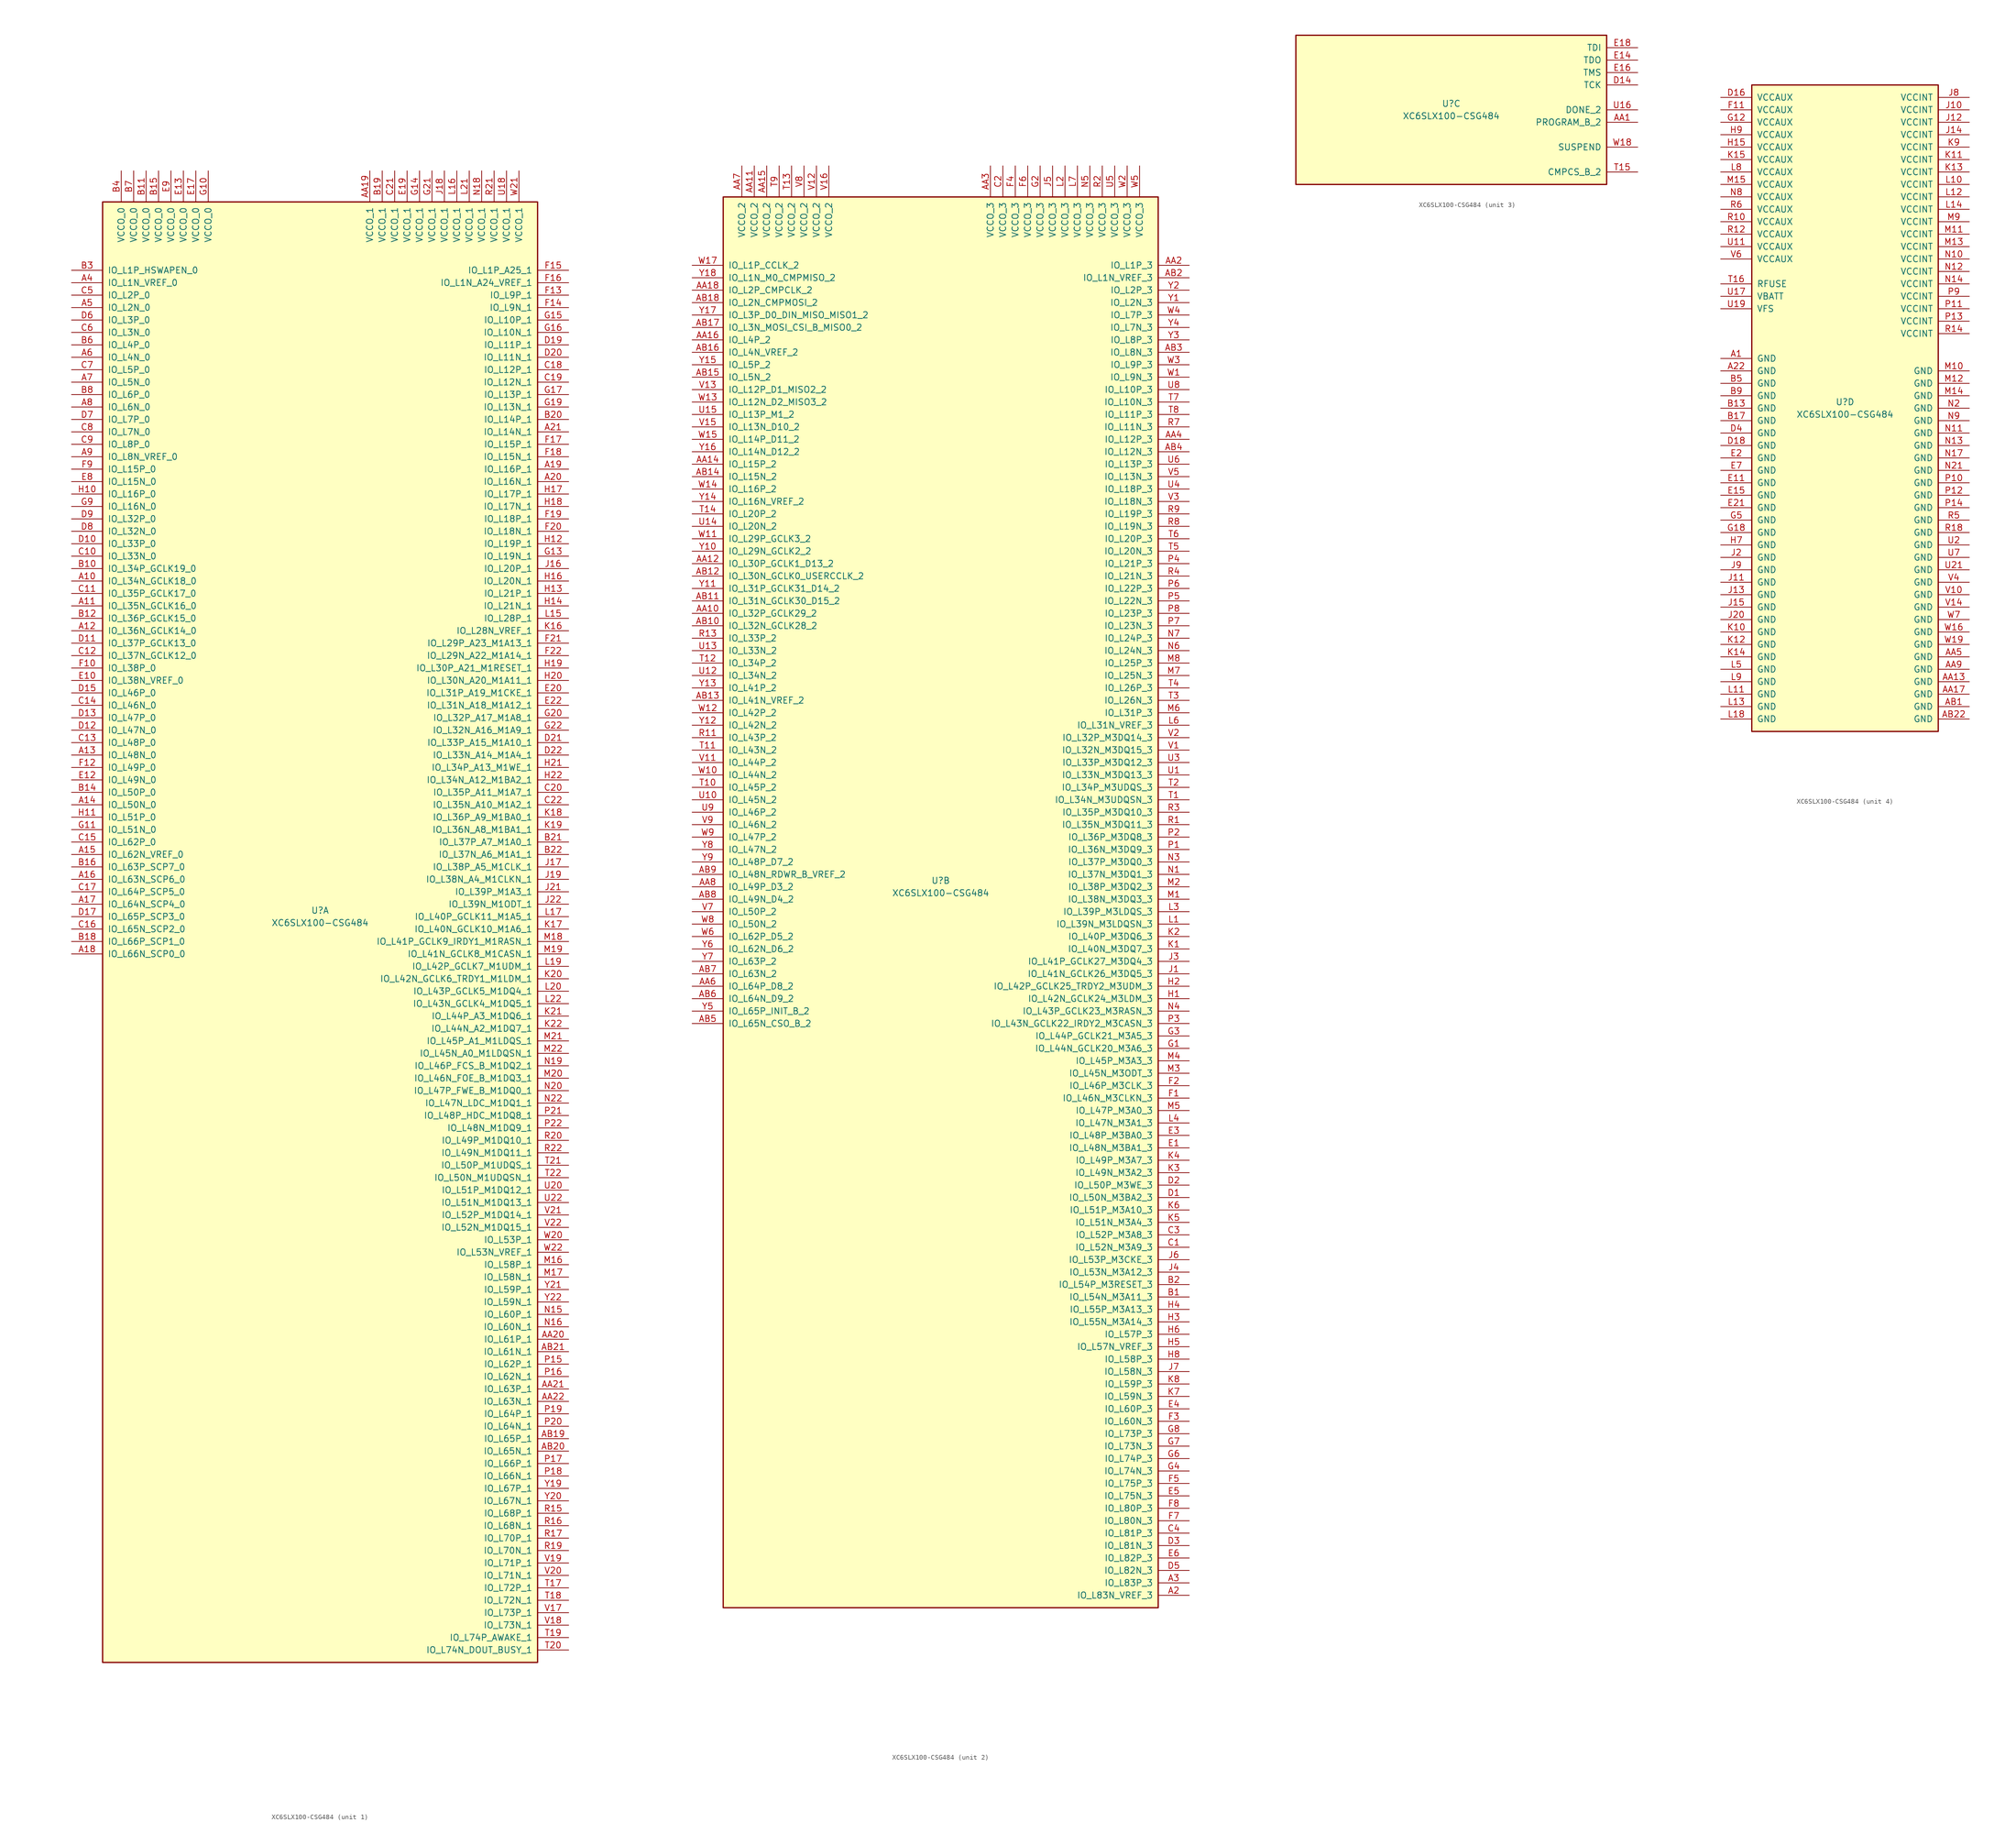
<source format=kicad_sym>
(kicad_symbol_lib
  (version 20211014)
  (generator kicad_symbol_editor)
  (symbol "XC6SLX100-CSG484"
    (pin_names
      (offset 1.016))
    (property "Reference" "U"
      (at 0 1.27 0)
      (effects (font (size 1.27 1.27))))
    (property "Value" "XC6SLX100-CSG484"
      (at 0 -1.27 0)
      (effects (font (size 1.27 1.27))))
    (property "Datasheet" ""
      (at 0 0 0)
      (effects (font (size 1.27 1.27))))
    (property "ki_locked" ""
      (at 0 0 0)
      (effects (font (size 1.27 1.27))))
    (symbol "XC6SLX100-CSG484_1_1"
      (rectangle (start -44.45 146.05) (end 44.45 -152.4) (stroke (width 0.254) (type default) (color 0 0 0 0)) (fill (type background)))
      (pin bidirectional line (at -50.8 68.58 0) (length 6.35) (name "IO_L34N_GCLK18_0" (effects (font (size 1.27 1.27)))) (number "A10" (effects (font (size 1.27 1.27)))))
      (pin bidirectional line (at -50.8 63.5 0) (length 6.35) (name "IO_L35N_GCLK16_0" (effects (font (size 1.27 1.27)))) (number "A11" (effects (font (size 1.27 1.27)))))
      (pin bidirectional line (at -50.8 58.42 0) (length 6.35) (name "IO_L36N_GCLK14_0" (effects (font (size 1.27 1.27)))) (number "A12" (effects (font (size 1.27 1.27)))))
      (pin bidirectional line (at -50.8 33.02 0) (length 6.35) (name "IO_L48N_0" (effects (font (size 1.27 1.27)))) (number "A13" (effects (font (size 1.27 1.27)))))
      (pin bidirectional line (at -50.8 22.86 0) (length 6.35) (name "IO_L50N_0" (effects (font (size 1.27 1.27)))) (number "A14" (effects (font (size 1.27 1.27)))))
      (pin bidirectional line (at -50.8 12.7 0) (length 6.35) (name "IO_L62N_VREF_0" (effects (font (size 1.27 1.27)))) (number "A15" (effects (font (size 1.27 1.27)))))
      (pin bidirectional line (at -50.8 7.62 0) (length 6.35) (name "IO_L63N_SCP6_0" (effects (font (size 1.27 1.27)))) (number "A16" (effects (font (size 1.27 1.27)))))
      (pin bidirectional line (at -50.8 2.54 0) (length 6.35) (name "IO_L64N_SCP4_0" (effects (font (size 1.27 1.27)))) (number "A17" (effects (font (size 1.27 1.27)))))
      (pin bidirectional line (at -50.8 -7.62 0) (length 6.35) (name "IO_L66N_SCP0_0" (effects (font (size 1.27 1.27)))) (number "A18" (effects (font (size 1.27 1.27)))))
      (pin bidirectional line (at 50.8 91.44 180) (length 6.35) (name "IO_L16P_1" (effects (font (size 1.27 1.27)))) (number "A19" (effects (font (size 1.27 1.27)))))
      (pin bidirectional line (at 50.8 88.9 180) (length 6.35) (name "IO_L16N_1" (effects (font (size 1.27 1.27)))) (number "A20" (effects (font (size 1.27 1.27)))))
      (pin bidirectional line (at 50.8 99.06 180) (length 6.35) (name "IO_L14N_1" (effects (font (size 1.27 1.27)))) (number "A21" (effects (font (size 1.27 1.27)))))
      (pin bidirectional line (at -50.8 129.54 0) (length 6.35) (name "IO_L1N_VREF_0" (effects (font (size 1.27 1.27)))) (number "A4" (effects (font (size 1.27 1.27)))))
      (pin bidirectional line (at -50.8 124.46 0) (length 6.35) (name "IO_L2N_0" (effects (font (size 1.27 1.27)))) (number "A5" (effects (font (size 1.27 1.27)))))
      (pin bidirectional line (at -50.8 114.3 0) (length 6.35) (name "IO_L4N_0" (effects (font (size 1.27 1.27)))) (number "A6" (effects (font (size 1.27 1.27)))))
      (pin bidirectional line (at -50.8 109.22 0) (length 6.35) (name "IO_L5N_0" (effects (font (size 1.27 1.27)))) (number "A7" (effects (font (size 1.27 1.27)))))
      (pin bidirectional line (at -50.8 104.14 0) (length 6.35) (name "IO_L6N_0" (effects (font (size 1.27 1.27)))) (number "A8" (effects (font (size 1.27 1.27)))))
      (pin bidirectional line (at -50.8 93.98 0) (length 6.35) (name "IO_L8N_VREF_0" (effects (font (size 1.27 1.27)))) (number "A9" (effects (font (size 1.27 1.27)))))
      (pin power_in line (at 10.16 152.4 270) (length 6.35) (name "VCCO_1" (effects (font (size 1.27 1.27)))) (number "AA19" (effects (font (size 1.27 1.27)))))
      (pin bidirectional line (at 50.8 -86.36 180) (length 6.35) (name "IO_L61P_1" (effects (font (size 1.27 1.27)))) (number "AA20" (effects (font (size 1.27 1.27)))))
      (pin bidirectional line (at 50.8 -96.52 180) (length 6.35) (name "IO_L63P_1" (effects (font (size 1.27 1.27)))) (number "AA21" (effects (font (size 1.27 1.27)))))
      (pin bidirectional line (at 50.8 -99.06 180) (length 6.35) (name "IO_L63N_1" (effects (font (size 1.27 1.27)))) (number "AA22" (effects (font (size 1.27 1.27)))))
      (pin bidirectional line (at 50.8 -106.68 180) (length 6.35) (name "IO_L65P_1" (effects (font (size 1.27 1.27)))) (number "AB19" (effects (font (size 1.27 1.27)))))
      (pin bidirectional line (at 50.8 -109.22 180) (length 6.35) (name "IO_L65N_1" (effects (font (size 1.27 1.27)))) (number "AB20" (effects (font (size 1.27 1.27)))))
      (pin bidirectional line (at 50.8 -88.9 180) (length 6.35) (name "IO_L61N_1" (effects (font (size 1.27 1.27)))) (number "AB21" (effects (font (size 1.27 1.27)))))
      (pin bidirectional line (at -50.8 71.12 0) (length 6.35) (name "IO_L34P_GCLK19_0" (effects (font (size 1.27 1.27)))) (number "B10" (effects (font (size 1.27 1.27)))))
      (pin power_in line (at -35.56 152.4 270) (length 6.35) (name "VCCO_0" (effects (font (size 1.27 1.27)))) (number "B11" (effects (font (size 1.27 1.27)))))
      (pin bidirectional line (at -50.8 60.96 0) (length 6.35) (name "IO_L36P_GCLK15_0" (effects (font (size 1.27 1.27)))) (number "B12" (effects (font (size 1.27 1.27)))))
      (pin bidirectional line (at -50.8 25.4 0) (length 6.35) (name "IO_L50P_0" (effects (font (size 1.27 1.27)))) (number "B14" (effects (font (size 1.27 1.27)))))
      (pin power_in line (at -33.02 152.4 270) (length 6.35) (name "VCCO_0" (effects (font (size 1.27 1.27)))) (number "B15" (effects (font (size 1.27 1.27)))))
      (pin bidirectional line (at -50.8 10.16 0) (length 6.35) (name "IO_L63P_SCP7_0" (effects (font (size 1.27 1.27)))) (number "B16" (effects (font (size 1.27 1.27)))))
      (pin bidirectional line (at -50.8 -5.08 0) (length 6.35) (name "IO_L66P_SCP1_0" (effects (font (size 1.27 1.27)))) (number "B18" (effects (font (size 1.27 1.27)))))
      (pin power_in line (at 12.7 152.4 270) (length 6.35) (name "VCCO_1" (effects (font (size 1.27 1.27)))) (number "B19" (effects (font (size 1.27 1.27)))))
      (pin bidirectional line (at 50.8 101.6 180) (length 6.35) (name "IO_L14P_1" (effects (font (size 1.27 1.27)))) (number "B20" (effects (font (size 1.27 1.27)))))
      (pin bidirectional line (at 50.8 15.24 180) (length 6.35) (name "IO_L37P_A7_M1A0_1" (effects (font (size 1.27 1.27)))) (number "B21" (effects (font (size 1.27 1.27)))))
      (pin bidirectional line (at 50.8 12.7 180) (length 6.35) (name "IO_L37N_A6_M1A1_1" (effects (font (size 1.27 1.27)))) (number "B22" (effects (font (size 1.27 1.27)))))
      (pin bidirectional line (at -50.8 132.08 0) (length 6.35) (name "IO_L1P_HSWAPEN_0" (effects (font (size 1.27 1.27)))) (number "B3" (effects (font (size 1.27 1.27)))))
      (pin power_in line (at -40.64 152.4 270) (length 6.35) (name "VCCO_0" (effects (font (size 1.27 1.27)))) (number "B4" (effects (font (size 1.27 1.27)))))
      (pin bidirectional line (at -50.8 116.84 0) (length 6.35) (name "IO_L4P_0" (effects (font (size 1.27 1.27)))) (number "B6" (effects (font (size 1.27 1.27)))))
      (pin power_in line (at -38.1 152.4 270) (length 6.35) (name "VCCO_0" (effects (font (size 1.27 1.27)))) (number "B7" (effects (font (size 1.27 1.27)))))
      (pin bidirectional line (at -50.8 106.68 0) (length 6.35) (name "IO_L6P_0" (effects (font (size 1.27 1.27)))) (number "B8" (effects (font (size 1.27 1.27)))))
      (pin bidirectional line (at -50.8 73.66 0) (length 6.35) (name "IO_L33N_0" (effects (font (size 1.27 1.27)))) (number "C10" (effects (font (size 1.27 1.27)))))
      (pin bidirectional line (at -50.8 66.04 0) (length 6.35) (name "IO_L35P_GCLK17_0" (effects (font (size 1.27 1.27)))) (number "C11" (effects (font (size 1.27 1.27)))))
      (pin bidirectional line (at -50.8 53.34 0) (length 6.35) (name "IO_L37N_GCLK12_0" (effects (font (size 1.27 1.27)))) (number "C12" (effects (font (size 1.27 1.27)))))
      (pin bidirectional line (at -50.8 35.56 0) (length 6.35) (name "IO_L48P_0" (effects (font (size 1.27 1.27)))) (number "C13" (effects (font (size 1.27 1.27)))))
      (pin bidirectional line (at -50.8 43.18 0) (length 6.35) (name "IO_L46N_0" (effects (font (size 1.27 1.27)))) (number "C14" (effects (font (size 1.27 1.27)))))
      (pin bidirectional line (at -50.8 15.24 0) (length 6.35) (name "IO_L62P_0" (effects (font (size 1.27 1.27)))) (number "C15" (effects (font (size 1.27 1.27)))))
      (pin bidirectional line (at -50.8 -2.54 0) (length 6.35) (name "IO_L65N_SCP2_0" (effects (font (size 1.27 1.27)))) (number "C16" (effects (font (size 1.27 1.27)))))
      (pin bidirectional line (at -50.8 5.08 0) (length 6.35) (name "IO_L64P_SCP5_0" (effects (font (size 1.27 1.27)))) (number "C17" (effects (font (size 1.27 1.27)))))
      (pin bidirectional line (at 50.8 111.76 180) (length 6.35) (name "IO_L12P_1" (effects (font (size 1.27 1.27)))) (number "C18" (effects (font (size 1.27 1.27)))))
      (pin bidirectional line (at 50.8 109.22 180) (length 6.35) (name "IO_L12N_1" (effects (font (size 1.27 1.27)))) (number "C19" (effects (font (size 1.27 1.27)))))
      (pin bidirectional line (at 50.8 25.4 180) (length 6.35) (name "IO_L35P_A11_M1A7_1" (effects (font (size 1.27 1.27)))) (number "C20" (effects (font (size 1.27 1.27)))))
      (pin power_in line (at 15.24 152.4 270) (length 6.35) (name "VCCO_1" (effects (font (size 1.27 1.27)))) (number "C21" (effects (font (size 1.27 1.27)))))
      (pin bidirectional line (at 50.8 22.86 180) (length 6.35) (name "IO_L35N_A10_M1A2_1" (effects (font (size 1.27 1.27)))) (number "C22" (effects (font (size 1.27 1.27)))))
      (pin bidirectional line (at -50.8 127 0) (length 6.35) (name "IO_L2P_0" (effects (font (size 1.27 1.27)))) (number "C5" (effects (font (size 1.27 1.27)))))
      (pin bidirectional line (at -50.8 119.38 0) (length 6.35) (name "IO_L3N_0" (effects (font (size 1.27 1.27)))) (number "C6" (effects (font (size 1.27 1.27)))))
      (pin bidirectional line (at -50.8 111.76 0) (length 6.35) (name "IO_L5P_0" (effects (font (size 1.27 1.27)))) (number "C7" (effects (font (size 1.27 1.27)))))
      (pin bidirectional line (at -50.8 99.06 0) (length 6.35) (name "IO_L7N_0" (effects (font (size 1.27 1.27)))) (number "C8" (effects (font (size 1.27 1.27)))))
      (pin bidirectional line (at -50.8 96.52 0) (length 6.35) (name "IO_L8P_0" (effects (font (size 1.27 1.27)))) (number "C9" (effects (font (size 1.27 1.27)))))
      (pin bidirectional line (at -50.8 76.2 0) (length 6.35) (name "IO_L33P_0" (effects (font (size 1.27 1.27)))) (number "D10" (effects (font (size 1.27 1.27)))))
      (pin bidirectional line (at -50.8 55.88 0) (length 6.35) (name "IO_L37P_GCLK13_0" (effects (font (size 1.27 1.27)))) (number "D11" (effects (font (size 1.27 1.27)))))
      (pin bidirectional line (at -50.8 38.1 0) (length 6.35) (name "IO_L47N_0" (effects (font (size 1.27 1.27)))) (number "D12" (effects (font (size 1.27 1.27)))))
      (pin bidirectional line (at -50.8 40.64 0) (length 6.35) (name "IO_L47P_0" (effects (font (size 1.27 1.27)))) (number "D13" (effects (font (size 1.27 1.27)))))
      (pin bidirectional line (at -50.8 45.72 0) (length 6.35) (name "IO_L46P_0" (effects (font (size 1.27 1.27)))) (number "D15" (effects (font (size 1.27 1.27)))))
      (pin bidirectional line (at -50.8 0 0) (length 6.35) (name "IO_L65P_SCP3_0" (effects (font (size 1.27 1.27)))) (number "D17" (effects (font (size 1.27 1.27)))))
      (pin bidirectional line (at 50.8 116.84 180) (length 6.35) (name "IO_L11P_1" (effects (font (size 1.27 1.27)))) (number "D19" (effects (font (size 1.27 1.27)))))
      (pin bidirectional line (at 50.8 114.3 180) (length 6.35) (name "IO_L11N_1" (effects (font (size 1.27 1.27)))) (number "D20" (effects (font (size 1.27 1.27)))))
      (pin bidirectional line (at 50.8 35.56 180) (length 6.35) (name "IO_L33P_A15_M1A10_1" (effects (font (size 1.27 1.27)))) (number "D21" (effects (font (size 1.27 1.27)))))
      (pin bidirectional line (at 50.8 33.02 180) (length 6.35) (name "IO_L33N_A14_M1A4_1" (effects (font (size 1.27 1.27)))) (number "D22" (effects (font (size 1.27 1.27)))))
      (pin bidirectional line (at -50.8 121.92 0) (length 6.35) (name "IO_L3P_0" (effects (font (size 1.27 1.27)))) (number "D6" (effects (font (size 1.27 1.27)))))
      (pin bidirectional line (at -50.8 101.6 0) (length 6.35) (name "IO_L7P_0" (effects (font (size 1.27 1.27)))) (number "D7" (effects (font (size 1.27 1.27)))))
      (pin bidirectional line (at -50.8 78.74 0) (length 6.35) (name "IO_L32N_0" (effects (font (size 1.27 1.27)))) (number "D8" (effects (font (size 1.27 1.27)))))
      (pin bidirectional line (at -50.8 81.28 0) (length 6.35) (name "IO_L32P_0" (effects (font (size 1.27 1.27)))) (number "D9" (effects (font (size 1.27 1.27)))))
      (pin bidirectional line (at -50.8 48.26 0) (length 6.35) (name "IO_L38N_VREF_0" (effects (font (size 1.27 1.27)))) (number "E10" (effects (font (size 1.27 1.27)))))
      (pin bidirectional line (at -50.8 27.94 0) (length 6.35) (name "IO_L49N_0" (effects (font (size 1.27 1.27)))) (number "E12" (effects (font (size 1.27 1.27)))))
      (pin power_in line (at -27.94 152.4 270) (length 6.35) (name "VCCO_0" (effects (font (size 1.27 1.27)))) (number "E13" (effects (font (size 1.27 1.27)))))
      (pin power_in line (at -25.4 152.4 270) (length 6.35) (name "VCCO_0" (effects (font (size 1.27 1.27)))) (number "E17" (effects (font (size 1.27 1.27)))))
      (pin power_in line (at 17.78 152.4 270) (length 6.35) (name "VCCO_1" (effects (font (size 1.27 1.27)))) (number "E19" (effects (font (size 1.27 1.27)))))
      (pin bidirectional line (at 50.8 45.72 180) (length 6.35) (name "IO_L31P_A19_M1CKE_1" (effects (font (size 1.27 1.27)))) (number "E20" (effects (font (size 1.27 1.27)))))
      (pin bidirectional line (at 50.8 43.18 180) (length 6.35) (name "IO_L31N_A18_M1A12_1" (effects (font (size 1.27 1.27)))) (number "E22" (effects (font (size 1.27 1.27)))))
      (pin bidirectional line (at -50.8 88.9 0) (length 6.35) (name "IO_L15N_0" (effects (font (size 1.27 1.27)))) (number "E8" (effects (font (size 1.27 1.27)))))
      (pin power_in line (at -30.48 152.4 270) (length 6.35) (name "VCCO_0" (effects (font (size 1.27 1.27)))) (number "E9" (effects (font (size 1.27 1.27)))))
      (pin bidirectional line (at -50.8 50.8 0) (length 6.35) (name "IO_L38P_0" (effects (font (size 1.27 1.27)))) (number "F10" (effects (font (size 1.27 1.27)))))
      (pin bidirectional line (at -50.8 30.48 0) (length 6.35) (name "IO_L49P_0" (effects (font (size 1.27 1.27)))) (number "F12" (effects (font (size 1.27 1.27)))))
      (pin bidirectional line (at 50.8 127 180) (length 6.35) (name "IO_L9P_1" (effects (font (size 1.27 1.27)))) (number "F13" (effects (font (size 1.27 1.27)))))
      (pin bidirectional line (at 50.8 124.46 180) (length 6.35) (name "IO_L9N_1" (effects (font (size 1.27 1.27)))) (number "F14" (effects (font (size 1.27 1.27)))))
      (pin bidirectional line (at 50.8 132.08 180) (length 6.35) (name "IO_L1P_A25_1" (effects (font (size 1.27 1.27)))) (number "F15" (effects (font (size 1.27 1.27)))))
      (pin bidirectional line (at 50.8 129.54 180) (length 6.35) (name "IO_L1N_A24_VREF_1" (effects (font (size 1.27 1.27)))) (number "F16" (effects (font (size 1.27 1.27)))))
      (pin bidirectional line (at 50.8 96.52 180) (length 6.35) (name "IO_L15P_1" (effects (font (size 1.27 1.27)))) (number "F17" (effects (font (size 1.27 1.27)))))
      (pin bidirectional line (at 50.8 93.98 180) (length 6.35) (name "IO_L15N_1" (effects (font (size 1.27 1.27)))) (number "F18" (effects (font (size 1.27 1.27)))))
      (pin bidirectional line (at 50.8 81.28 180) (length 6.35) (name "IO_L18P_1" (effects (font (size 1.27 1.27)))) (number "F19" (effects (font (size 1.27 1.27)))))
      (pin bidirectional line (at 50.8 78.74 180) (length 6.35) (name "IO_L18N_1" (effects (font (size 1.27 1.27)))) (number "F20" (effects (font (size 1.27 1.27)))))
      (pin bidirectional line (at 50.8 55.88 180) (length 6.35) (name "IO_L29P_A23_M1A13_1" (effects (font (size 1.27 1.27)))) (number "F21" (effects (font (size 1.27 1.27)))))
      (pin bidirectional line (at 50.8 53.34 180) (length 6.35) (name "IO_L29N_A22_M1A14_1" (effects (font (size 1.27 1.27)))) (number "F22" (effects (font (size 1.27 1.27)))))
      (pin bidirectional line (at -50.8 91.44 0) (length 6.35) (name "IO_L15P_0" (effects (font (size 1.27 1.27)))) (number "F9" (effects (font (size 1.27 1.27)))))
      (pin power_in line (at -22.86 152.4 270) (length 6.35) (name "VCCO_0" (effects (font (size 1.27 1.27)))) (number "G10" (effects (font (size 1.27 1.27)))))
      (pin bidirectional line (at -50.8 17.78 0) (length 6.35) (name "IO_L51N_0" (effects (font (size 1.27 1.27)))) (number "G11" (effects (font (size 1.27 1.27)))))
      (pin bidirectional line (at 50.8 73.66 180) (length 6.35) (name "IO_L19N_1" (effects (font (size 1.27 1.27)))) (number "G13" (effects (font (size 1.27 1.27)))))
      (pin power_in line (at 20.32 152.4 270) (length 6.35) (name "VCCO_1" (effects (font (size 1.27 1.27)))) (number "G14" (effects (font (size 1.27 1.27)))))
      (pin bidirectional line (at 50.8 121.92 180) (length 6.35) (name "IO_L10P_1" (effects (font (size 1.27 1.27)))) (number "G15" (effects (font (size 1.27 1.27)))))
      (pin bidirectional line (at 50.8 119.38 180) (length 6.35) (name "IO_L10N_1" (effects (font (size 1.27 1.27)))) (number "G16" (effects (font (size 1.27 1.27)))))
      (pin bidirectional line (at 50.8 106.68 180) (length 6.35) (name "IO_L13P_1" (effects (font (size 1.27 1.27)))) (number "G17" (effects (font (size 1.27 1.27)))))
      (pin bidirectional line (at 50.8 104.14 180) (length 6.35) (name "IO_L13N_1" (effects (font (size 1.27 1.27)))) (number "G19" (effects (font (size 1.27 1.27)))))
      (pin bidirectional line (at 50.8 40.64 180) (length 6.35) (name "IO_L32P_A17_M1A8_1" (effects (font (size 1.27 1.27)))) (number "G20" (effects (font (size 1.27 1.27)))))
      (pin power_in line (at 22.86 152.4 270) (length 6.35) (name "VCCO_1" (effects (font (size 1.27 1.27)))) (number "G21" (effects (font (size 1.27 1.27)))))
      (pin bidirectional line (at 50.8 38.1 180) (length 6.35) (name "IO_L32N_A16_M1A9_1" (effects (font (size 1.27 1.27)))) (number "G22" (effects (font (size 1.27 1.27)))))
      (pin bidirectional line (at -50.8 83.82 0) (length 6.35) (name "IO_L16N_0" (effects (font (size 1.27 1.27)))) (number "G9" (effects (font (size 1.27 1.27)))))
      (pin bidirectional line (at -50.8 86.36 0) (length 6.35) (name "IO_L16P_0" (effects (font (size 1.27 1.27)))) (number "H10" (effects (font (size 1.27 1.27)))))
      (pin bidirectional line (at -50.8 20.32 0) (length 6.35) (name "IO_L51P_0" (effects (font (size 1.27 1.27)))) (number "H11" (effects (font (size 1.27 1.27)))))
      (pin bidirectional line (at 50.8 76.2 180) (length 6.35) (name "IO_L19P_1" (effects (font (size 1.27 1.27)))) (number "H12" (effects (font (size 1.27 1.27)))))
      (pin bidirectional line (at 50.8 66.04 180) (length 6.35) (name "IO_L21P_1" (effects (font (size 1.27 1.27)))) (number "H13" (effects (font (size 1.27 1.27)))))
      (pin bidirectional line (at 50.8 63.5 180) (length 6.35) (name "IO_L21N_1" (effects (font (size 1.27 1.27)))) (number "H14" (effects (font (size 1.27 1.27)))))
      (pin bidirectional line (at 50.8 68.58 180) (length 6.35) (name "IO_L20N_1" (effects (font (size 1.27 1.27)))) (number "H16" (effects (font (size 1.27 1.27)))))
      (pin bidirectional line (at 50.8 86.36 180) (length 6.35) (name "IO_L17P_1" (effects (font (size 1.27 1.27)))) (number "H17" (effects (font (size 1.27 1.27)))))
      (pin bidirectional line (at 50.8 83.82 180) (length 6.35) (name "IO_L17N_1" (effects (font (size 1.27 1.27)))) (number "H18" (effects (font (size 1.27 1.27)))))
      (pin bidirectional line (at 50.8 50.8 180) (length 6.35) (name "IO_L30P_A21_M1RESET_1" (effects (font (size 1.27 1.27)))) (number "H19" (effects (font (size 1.27 1.27)))))
      (pin bidirectional line (at 50.8 48.26 180) (length 6.35) (name "IO_L30N_A20_M1A11_1" (effects (font (size 1.27 1.27)))) (number "H20" (effects (font (size 1.27 1.27)))))
      (pin bidirectional line (at 50.8 30.48 180) (length 6.35) (name "IO_L34P_A13_M1WE_1" (effects (font (size 1.27 1.27)))) (number "H21" (effects (font (size 1.27 1.27)))))
      (pin bidirectional line (at 50.8 27.94 180) (length 6.35) (name "IO_L34N_A12_M1BA2_1" (effects (font (size 1.27 1.27)))) (number "H22" (effects (font (size 1.27 1.27)))))
      (pin bidirectional line (at 50.8 71.12 180) (length 6.35) (name "IO_L20P_1" (effects (font (size 1.27 1.27)))) (number "J16" (effects (font (size 1.27 1.27)))))
      (pin bidirectional line (at 50.8 10.16 180) (length 6.35) (name "IO_L38P_A5_M1CLK_1" (effects (font (size 1.27 1.27)))) (number "J17" (effects (font (size 1.27 1.27)))))
      (pin power_in line (at 25.4 152.4 270) (length 6.35) (name "VCCO_1" (effects (font (size 1.27 1.27)))) (number "J18" (effects (font (size 1.27 1.27)))))
      (pin bidirectional line (at 50.8 7.62 180) (length 6.35) (name "IO_L38N_A4_M1CLKN_1" (effects (font (size 1.27 1.27)))) (number "J19" (effects (font (size 1.27 1.27)))))
      (pin bidirectional line (at 50.8 5.08 180) (length 6.35) (name "IO_L39P_M1A3_1" (effects (font (size 1.27 1.27)))) (number "J21" (effects (font (size 1.27 1.27)))))
      (pin bidirectional line (at 50.8 2.54 180) (length 6.35) (name "IO_L39N_M1ODT_1" (effects (font (size 1.27 1.27)))) (number "J22" (effects (font (size 1.27 1.27)))))
      (pin bidirectional line (at 50.8 58.42 180) (length 6.35) (name "IO_L28N_VREF_1" (effects (font (size 1.27 1.27)))) (number "K16" (effects (font (size 1.27 1.27)))))
      (pin bidirectional line (at 50.8 -2.54 180) (length 6.35) (name "IO_L40N_GCLK10_M1A6_1" (effects (font (size 1.27 1.27)))) (number "K17" (effects (font (size 1.27 1.27)))))
      (pin bidirectional line (at 50.8 20.32 180) (length 6.35) (name "IO_L36P_A9_M1BA0_1" (effects (font (size 1.27 1.27)))) (number "K18" (effects (font (size 1.27 1.27)))))
      (pin bidirectional line (at 50.8 17.78 180) (length 6.35) (name "IO_L36N_A8_M1BA1_1" (effects (font (size 1.27 1.27)))) (number "K19" (effects (font (size 1.27 1.27)))))
      (pin bidirectional line (at 50.8 -12.7 180) (length 6.35) (name "IO_L42N_GCLK6_TRDY1_M1LDM_1" (effects (font (size 1.27 1.27)))) (number "K20" (effects (font (size 1.27 1.27)))))
      (pin bidirectional line (at 50.8 -20.32 180) (length 6.35) (name "IO_L44P_A3_M1DQ6_1" (effects (font (size 1.27 1.27)))) (number "K21" (effects (font (size 1.27 1.27)))))
      (pin bidirectional line (at 50.8 -22.86 180) (length 6.35) (name "IO_L44N_A2_M1DQ7_1" (effects (font (size 1.27 1.27)))) (number "K22" (effects (font (size 1.27 1.27)))))
      (pin bidirectional line (at 50.8 60.96 180) (length 6.35) (name "IO_L28P_1" (effects (font (size 1.27 1.27)))) (number "L15" (effects (font (size 1.27 1.27)))))
      (pin power_in line (at 27.94 152.4 270) (length 6.35) (name "VCCO_1" (effects (font (size 1.27 1.27)))) (number "L16" (effects (font (size 1.27 1.27)))))
      (pin bidirectional line (at 50.8 0 180) (length 6.35) (name "IO_L40P_GCLK11_M1A5_1" (effects (font (size 1.27 1.27)))) (number "L17" (effects (font (size 1.27 1.27)))))
      (pin bidirectional line (at 50.8 -10.16 180) (length 6.35) (name "IO_L42P_GCLK7_M1UDM_1" (effects (font (size 1.27 1.27)))) (number "L19" (effects (font (size 1.27 1.27)))))
      (pin bidirectional line (at 50.8 -15.24 180) (length 6.35) (name "IO_L43P_GCLK5_M1DQ4_1" (effects (font (size 1.27 1.27)))) (number "L20" (effects (font (size 1.27 1.27)))))
      (pin power_in line (at 30.48 152.4 270) (length 6.35) (name "VCCO_1" (effects (font (size 1.27 1.27)))) (number "L21" (effects (font (size 1.27 1.27)))))
      (pin bidirectional line (at 50.8 -17.78 180) (length 6.35) (name "IO_L43N_GCLK4_M1DQ5_1" (effects (font (size 1.27 1.27)))) (number "L22" (effects (font (size 1.27 1.27)))))
      (pin bidirectional line (at 50.8 -71.12 180) (length 6.35) (name "IO_L58P_1" (effects (font (size 1.27 1.27)))) (number "M16" (effects (font (size 1.27 1.27)))))
      (pin bidirectional line (at 50.8 -73.66 180) (length 6.35) (name "IO_L58N_1" (effects (font (size 1.27 1.27)))) (number "M17" (effects (font (size 1.27 1.27)))))
      (pin bidirectional line (at 50.8 -5.08 180) (length 6.35) (name "IO_L41P_GCLK9_IRDY1_M1RASN_1" (effects (font (size 1.27 1.27)))) (number "M18" (effects (font (size 1.27 1.27)))))
      (pin bidirectional line (at 50.8 -7.62 180) (length 6.35) (name "IO_L41N_GCLK8_M1CASN_1" (effects (font (size 1.27 1.27)))) (number "M19" (effects (font (size 1.27 1.27)))))
      (pin bidirectional line (at 50.8 -33.02 180) (length 6.35) (name "IO_L46N_FOE_B_M1DQ3_1" (effects (font (size 1.27 1.27)))) (number "M20" (effects (font (size 1.27 1.27)))))
      (pin bidirectional line (at 50.8 -25.4 180) (length 6.35) (name "IO_L45P_A1_M1LDQS_1" (effects (font (size 1.27 1.27)))) (number "M21" (effects (font (size 1.27 1.27)))))
      (pin bidirectional line (at 50.8 -27.94 180) (length 6.35) (name "IO_L45N_A0_M1LDQSN_1" (effects (font (size 1.27 1.27)))) (number "M22" (effects (font (size 1.27 1.27)))))
      (pin bidirectional line (at 50.8 -81.28 180) (length 6.35) (name "IO_L60P_1" (effects (font (size 1.27 1.27)))) (number "N15" (effects (font (size 1.27 1.27)))))
      (pin bidirectional line (at 50.8 -83.82 180) (length 6.35) (name "IO_L60N_1" (effects (font (size 1.27 1.27)))) (number "N16" (effects (font (size 1.27 1.27)))))
      (pin power_in line (at 33.02 152.4 270) (length 6.35) (name "VCCO_1" (effects (font (size 1.27 1.27)))) (number "N18" (effects (font (size 1.27 1.27)))))
      (pin bidirectional line (at 50.8 -30.48 180) (length 6.35) (name "IO_L46P_FCS_B_M1DQ2_1" (effects (font (size 1.27 1.27)))) (number "N19" (effects (font (size 1.27 1.27)))))
      (pin bidirectional line (at 50.8 -35.56 180) (length 6.35) (name "IO_L47P_FWE_B_M1DQ0_1" (effects (font (size 1.27 1.27)))) (number "N20" (effects (font (size 1.27 1.27)))))
      (pin bidirectional line (at 50.8 -38.1 180) (length 6.35) (name "IO_L47N_LDC_M1DQ1_1" (effects (font (size 1.27 1.27)))) (number "N22" (effects (font (size 1.27 1.27)))))
      (pin bidirectional line (at 50.8 -91.44 180) (length 6.35) (name "IO_L62P_1" (effects (font (size 1.27 1.27)))) (number "P15" (effects (font (size 1.27 1.27)))))
      (pin bidirectional line (at 50.8 -93.98 180) (length 6.35) (name "IO_L62N_1" (effects (font (size 1.27 1.27)))) (number "P16" (effects (font (size 1.27 1.27)))))
      (pin bidirectional line (at 50.8 -111.76 180) (length 6.35) (name "IO_L66P_1" (effects (font (size 1.27 1.27)))) (number "P17" (effects (font (size 1.27 1.27)))))
      (pin bidirectional line (at 50.8 -114.3 180) (length 6.35) (name "IO_L66N_1" (effects (font (size 1.27 1.27)))) (number "P18" (effects (font (size 1.27 1.27)))))
      (pin bidirectional line (at 50.8 -101.6 180) (length 6.35) (name "IO_L64P_1" (effects (font (size 1.27 1.27)))) (number "P19" (effects (font (size 1.27 1.27)))))
      (pin bidirectional line (at 50.8 -104.14 180) (length 6.35) (name "IO_L64N_1" (effects (font (size 1.27 1.27)))) (number "P20" (effects (font (size 1.27 1.27)))))
      (pin bidirectional line (at 50.8 -40.64 180) (length 6.35) (name "IO_L48P_HDC_M1DQ8_1" (effects (font (size 1.27 1.27)))) (number "P21" (effects (font (size 1.27 1.27)))))
      (pin bidirectional line (at 50.8 -43.18 180) (length 6.35) (name "IO_L48N_M1DQ9_1" (effects (font (size 1.27 1.27)))) (number "P22" (effects (font (size 1.27 1.27)))))
      (pin bidirectional line (at 50.8 -121.92 180) (length 6.35) (name "IO_L68P_1" (effects (font (size 1.27 1.27)))) (number "R15" (effects (font (size 1.27 1.27)))))
      (pin bidirectional line (at 50.8 -124.46 180) (length 6.35) (name "IO_L68N_1" (effects (font (size 1.27 1.27)))) (number "R16" (effects (font (size 1.27 1.27)))))
      (pin bidirectional line (at 50.8 -127 180) (length 6.35) (name "IO_L70P_1" (effects (font (size 1.27 1.27)))) (number "R17" (effects (font (size 1.27 1.27)))))
      (pin bidirectional line (at 50.8 -129.54 180) (length 6.35) (name "IO_L70N_1" (effects (font (size 1.27 1.27)))) (number "R19" (effects (font (size 1.27 1.27)))))
      (pin bidirectional line (at 50.8 -45.72 180) (length 6.35) (name "IO_L49P_M1DQ10_1" (effects (font (size 1.27 1.27)))) (number "R20" (effects (font (size 1.27 1.27)))))
      (pin power_in line (at 35.56 152.4 270) (length 6.35) (name "VCCO_1" (effects (font (size 1.27 1.27)))) (number "R21" (effects (font (size 1.27 1.27)))))
      (pin bidirectional line (at 50.8 -48.26 180) (length 6.35) (name "IO_L49N_M1DQ11_1" (effects (font (size 1.27 1.27)))) (number "R22" (effects (font (size 1.27 1.27)))))
      (pin bidirectional line (at 50.8 -137.16 180) (length 6.35) (name "IO_L72P_1" (effects (font (size 1.27 1.27)))) (number "T17" (effects (font (size 1.27 1.27)))))
      (pin bidirectional line (at 50.8 -139.7 180) (length 6.35) (name "IO_L72N_1" (effects (font (size 1.27 1.27)))) (number "T18" (effects (font (size 1.27 1.27)))))
      (pin bidirectional line (at 50.8 -147.32 180) (length 6.35) (name "IO_L74P_AWAKE_1" (effects (font (size 1.27 1.27)))) (number "T19" (effects (font (size 1.27 1.27)))))
      (pin bidirectional line (at 50.8 -149.86 180) (length 6.35) (name "IO_L74N_DOUT_BUSY_1" (effects (font (size 1.27 1.27)))) (number "T20" (effects (font (size 1.27 1.27)))))
      (pin bidirectional line (at 50.8 -50.8 180) (length 6.35) (name "IO_L50P_M1UDQS_1" (effects (font (size 1.27 1.27)))) (number "T21" (effects (font (size 1.27 1.27)))))
      (pin bidirectional line (at 50.8 -53.34 180) (length 6.35) (name "IO_L50N_M1UDQSN_1" (effects (font (size 1.27 1.27)))) (number "T22" (effects (font (size 1.27 1.27)))))
      (pin power_in line (at 38.1 152.4 270) (length 6.35) (name "VCCO_1" (effects (font (size 1.27 1.27)))) (number "U18" (effects (font (size 1.27 1.27)))))
      (pin bidirectional line (at 50.8 -55.88 180) (length 6.35) (name "IO_L51P_M1DQ12_1" (effects (font (size 1.27 1.27)))) (number "U20" (effects (font (size 1.27 1.27)))))
      (pin bidirectional line (at 50.8 -58.42 180) (length 6.35) (name "IO_L51N_M1DQ13_1" (effects (font (size 1.27 1.27)))) (number "U22" (effects (font (size 1.27 1.27)))))
      (pin bidirectional line (at 50.8 -142.24 180) (length 6.35) (name "IO_L73P_1" (effects (font (size 1.27 1.27)))) (number "V17" (effects (font (size 1.27 1.27)))))
      (pin bidirectional line (at 50.8 -144.78 180) (length 6.35) (name "IO_L73N_1" (effects (font (size 1.27 1.27)))) (number "V18" (effects (font (size 1.27 1.27)))))
      (pin bidirectional line (at 50.8 -132.08 180) (length 6.35) (name "IO_L71P_1" (effects (font (size 1.27 1.27)))) (number "V19" (effects (font (size 1.27 1.27)))))
      (pin bidirectional line (at 50.8 -134.62 180) (length 6.35) (name "IO_L71N_1" (effects (font (size 1.27 1.27)))) (number "V20" (effects (font (size 1.27 1.27)))))
      (pin bidirectional line (at 50.8 -60.96 180) (length 6.35) (name "IO_L52P_M1DQ14_1" (effects (font (size 1.27 1.27)))) (number "V21" (effects (font (size 1.27 1.27)))))
      (pin bidirectional line (at 50.8 -63.5 180) (length 6.35) (name "IO_L52N_M1DQ15_1" (effects (font (size 1.27 1.27)))) (number "V22" (effects (font (size 1.27 1.27)))))
      (pin bidirectional line (at 50.8 -66.04 180) (length 6.35) (name "IO_L53P_1" (effects (font (size 1.27 1.27)))) (number "W20" (effects (font (size 1.27 1.27)))))
      (pin power_in line (at 40.64 152.4 270) (length 6.35) (name "VCCO_1" (effects (font (size 1.27 1.27)))) (number "W21" (effects (font (size 1.27 1.27)))))
      (pin bidirectional line (at 50.8 -68.58 180) (length 6.35) (name "IO_L53N_VREF_1" (effects (font (size 1.27 1.27)))) (number "W22" (effects (font (size 1.27 1.27)))))
      (pin bidirectional line (at 50.8 -116.84 180) (length 6.35) (name "IO_L67P_1" (effects (font (size 1.27 1.27)))) (number "Y19" (effects (font (size 1.27 1.27)))))
      (pin bidirectional line (at 50.8 -119.38 180) (length 6.35) (name "IO_L67N_1" (effects (font (size 1.27 1.27)))) (number "Y20" (effects (font (size 1.27 1.27)))))
      (pin bidirectional line (at 50.8 -76.2 180) (length 6.35) (name "IO_L59P_1" (effects (font (size 1.27 1.27)))) (number "Y21" (effects (font (size 1.27 1.27)))))
      (pin bidirectional line (at 50.8 -78.74 180) (length 6.35) (name "IO_L59N_1" (effects (font (size 1.27 1.27)))) (number "Y22" (effects (font (size 1.27 1.27))))))
    (symbol "XC6SLX100-CSG484_2_1"
      (rectangle (start -44.45 140.97) (end 44.45 -147.32) (stroke (width 0.254) (type default) (color 0 0 0 0)) (fill (type background)))
      (pin bidirectional line (at 50.8 -144.78 180) (length 6.35) (name "IO_L83N_VREF_3" (effects (font (size 1.27 1.27)))) (number "A2" (effects (font (size 1.27 1.27)))))
      (pin bidirectional line (at 50.8 -142.24 180) (length 6.35) (name "IO_L83P_3" (effects (font (size 1.27 1.27)))) (number "A3" (effects (font (size 1.27 1.27)))))
      (pin bidirectional line (at -50.8 55.88 0) (length 6.35) (name "IO_L32P_GCLK29_2" (effects (font (size 1.27 1.27)))) (number "AA10" (effects (font (size 1.27 1.27)))))
      (pin power_in line (at -38.1 147.32 270) (length 6.35) (name "VCCO_2" (effects (font (size 1.27 1.27)))) (number "AA11" (effects (font (size 1.27 1.27)))))
      (pin bidirectional line (at -50.8 66.04 0) (length 6.35) (name "IO_L30P_GCLK1_D13_2" (effects (font (size 1.27 1.27)))) (number "AA12" (effects (font (size 1.27 1.27)))))
      (pin bidirectional line (at -50.8 86.36 0) (length 6.35) (name "IO_L15P_2" (effects (font (size 1.27 1.27)))) (number "AA14" (effects (font (size 1.27 1.27)))))
      (pin power_in line (at -35.56 147.32 270) (length 6.35) (name "VCCO_2" (effects (font (size 1.27 1.27)))) (number "AA15" (effects (font (size 1.27 1.27)))))
      (pin bidirectional line (at -50.8 111.76 0) (length 6.35) (name "IO_L4P_2" (effects (font (size 1.27 1.27)))) (number "AA16" (effects (font (size 1.27 1.27)))))
      (pin bidirectional line (at -50.8 121.92 0) (length 6.35) (name "IO_L2P_CMPCLK_2" (effects (font (size 1.27 1.27)))) (number "AA18" (effects (font (size 1.27 1.27)))))
      (pin bidirectional line (at 50.8 127 180) (length 6.35) (name "IO_L1P_3" (effects (font (size 1.27 1.27)))) (number "AA2" (effects (font (size 1.27 1.27)))))
      (pin power_in line (at 10.16 147.32 270) (length 6.35) (name "VCCO_3" (effects (font (size 1.27 1.27)))) (number "AA3" (effects (font (size 1.27 1.27)))))
      (pin bidirectional line (at 50.8 91.44 180) (length 6.35) (name "IO_L12P_3" (effects (font (size 1.27 1.27)))) (number "AA4" (effects (font (size 1.27 1.27)))))
      (pin bidirectional line (at -50.8 -20.32 0) (length 6.35) (name "IO_L64P_D8_2" (effects (font (size 1.27 1.27)))) (number "AA6" (effects (font (size 1.27 1.27)))))
      (pin power_in line (at -40.64 147.32 270) (length 6.35) (name "VCCO_2" (effects (font (size 1.27 1.27)))) (number "AA7" (effects (font (size 1.27 1.27)))))
      (pin bidirectional line (at -50.8 0 0) (length 6.35) (name "IO_L49P_D3_2" (effects (font (size 1.27 1.27)))) (number "AA8" (effects (font (size 1.27 1.27)))))
      (pin bidirectional line (at -50.8 53.34 0) (length 6.35) (name "IO_L32N_GCLK28_2" (effects (font (size 1.27 1.27)))) (number "AB10" (effects (font (size 1.27 1.27)))))
      (pin bidirectional line (at -50.8 58.42 0) (length 6.35) (name "IO_L31N_GCLK30_D15_2" (effects (font (size 1.27 1.27)))) (number "AB11" (effects (font (size 1.27 1.27)))))
      (pin bidirectional line (at -50.8 63.5 0) (length 6.35) (name "IO_L30N_GCLK0_USERCCLK_2" (effects (font (size 1.27 1.27)))) (number "AB12" (effects (font (size 1.27 1.27)))))
      (pin bidirectional line (at -50.8 38.1 0) (length 6.35) (name "IO_L41N_VREF_2" (effects (font (size 1.27 1.27)))) (number "AB13" (effects (font (size 1.27 1.27)))))
      (pin bidirectional line (at -50.8 83.82 0) (length 6.35) (name "IO_L15N_2" (effects (font (size 1.27 1.27)))) (number "AB14" (effects (font (size 1.27 1.27)))))
      (pin bidirectional line (at -50.8 104.14 0) (length 6.35) (name "IO_L5N_2" (effects (font (size 1.27 1.27)))) (number "AB15" (effects (font (size 1.27 1.27)))))
      (pin bidirectional line (at -50.8 109.22 0) (length 6.35) (name "IO_L4N_VREF_2" (effects (font (size 1.27 1.27)))) (number "AB16" (effects (font (size 1.27 1.27)))))
      (pin bidirectional line (at -50.8 114.3 0) (length 6.35) (name "IO_L3N_MOSI_CSI_B_MISO0_2" (effects (font (size 1.27 1.27)))) (number "AB17" (effects (font (size 1.27 1.27)))))
      (pin bidirectional line (at -50.8 119.38 0) (length 6.35) (name "IO_L2N_CMPMOSI_2" (effects (font (size 1.27 1.27)))) (number "AB18" (effects (font (size 1.27 1.27)))))
      (pin bidirectional line (at 50.8 124.46 180) (length 6.35) (name "IO_L1N_VREF_3" (effects (font (size 1.27 1.27)))) (number "AB2" (effects (font (size 1.27 1.27)))))
      (pin bidirectional line (at 50.8 109.22 180) (length 6.35) (name "IO_L8N_3" (effects (font (size 1.27 1.27)))) (number "AB3" (effects (font (size 1.27 1.27)))))
      (pin bidirectional line (at 50.8 88.9 180) (length 6.35) (name "IO_L12N_3" (effects (font (size 1.27 1.27)))) (number "AB4" (effects (font (size 1.27 1.27)))))
      (pin bidirectional line (at -50.8 -27.94 0) (length 6.35) (name "IO_L65N_CSO_B_2" (effects (font (size 1.27 1.27)))) (number "AB5" (effects (font (size 1.27 1.27)))))
      (pin bidirectional line (at -50.8 -22.86 0) (length 6.35) (name "IO_L64N_D9_2" (effects (font (size 1.27 1.27)))) (number "AB6" (effects (font (size 1.27 1.27)))))
      (pin bidirectional line (at -50.8 -17.78 0) (length 6.35) (name "IO_L63N_2" (effects (font (size 1.27 1.27)))) (number "AB7" (effects (font (size 1.27 1.27)))))
      (pin bidirectional line (at -50.8 -2.54 0) (length 6.35) (name "IO_L49N_D4_2" (effects (font (size 1.27 1.27)))) (number "AB8" (effects (font (size 1.27 1.27)))))
      (pin bidirectional line (at -50.8 2.54 0) (length 6.35) (name "IO_L48N_RDWR_B_VREF_2" (effects (font (size 1.27 1.27)))) (number "AB9" (effects (font (size 1.27 1.27)))))
      (pin bidirectional line (at 50.8 -83.82 180) (length 6.35) (name "IO_L54N_M3A11_3" (effects (font (size 1.27 1.27)))) (number "B1" (effects (font (size 1.27 1.27)))))
      (pin bidirectional line (at 50.8 -81.28 180) (length 6.35) (name "IO_L54P_M3RESET_3" (effects (font (size 1.27 1.27)))) (number "B2" (effects (font (size 1.27 1.27)))))
      (pin bidirectional line (at 50.8 -73.66 180) (length 6.35) (name "IO_L52N_M3A9_3" (effects (font (size 1.27 1.27)))) (number "C1" (effects (font (size 1.27 1.27)))))
      (pin power_in line (at 12.7 147.32 270) (length 6.35) (name "VCCO_3" (effects (font (size 1.27 1.27)))) (number "C2" (effects (font (size 1.27 1.27)))))
      (pin bidirectional line (at 50.8 -71.12 180) (length 6.35) (name "IO_L52P_M3A8_3" (effects (font (size 1.27 1.27)))) (number "C3" (effects (font (size 1.27 1.27)))))
      (pin bidirectional line (at 50.8 -132.08 180) (length 6.35) (name "IO_L81P_3" (effects (font (size 1.27 1.27)))) (number "C4" (effects (font (size 1.27 1.27)))))
      (pin bidirectional line (at 50.8 -63.5 180) (length 6.35) (name "IO_L50N_M3BA2_3" (effects (font (size 1.27 1.27)))) (number "D1" (effects (font (size 1.27 1.27)))))
      (pin bidirectional line (at 50.8 -60.96 180) (length 6.35) (name "IO_L50P_M3WE_3" (effects (font (size 1.27 1.27)))) (number "D2" (effects (font (size 1.27 1.27)))))
      (pin bidirectional line (at 50.8 -134.62 180) (length 6.35) (name "IO_L81N_3" (effects (font (size 1.27 1.27)))) (number "D3" (effects (font (size 1.27 1.27)))))
      (pin bidirectional line (at 50.8 -139.7 180) (length 6.35) (name "IO_L82N_3" (effects (font (size 1.27 1.27)))) (number "D5" (effects (font (size 1.27 1.27)))))
      (pin bidirectional line (at 50.8 -53.34 180) (length 6.35) (name "IO_L48N_M3BA1_3" (effects (font (size 1.27 1.27)))) (number "E1" (effects (font (size 1.27 1.27)))))
      (pin bidirectional line (at 50.8 -50.8 180) (length 6.35) (name "IO_L48P_M3BA0_3" (effects (font (size 1.27 1.27)))) (number "E3" (effects (font (size 1.27 1.27)))))
      (pin bidirectional line (at 50.8 -106.68 180) (length 6.35) (name "IO_L60P_3" (effects (font (size 1.27 1.27)))) (number "E4" (effects (font (size 1.27 1.27)))))
      (pin bidirectional line (at 50.8 -124.46 180) (length 6.35) (name "IO_L75N_3" (effects (font (size 1.27 1.27)))) (number "E5" (effects (font (size 1.27 1.27)))))
      (pin bidirectional line (at 50.8 -137.16 180) (length 6.35) (name "IO_L82P_3" (effects (font (size 1.27 1.27)))) (number "E6" (effects (font (size 1.27 1.27)))))
      (pin bidirectional line (at 50.8 -43.18 180) (length 6.35) (name "IO_L46N_M3CLKN_3" (effects (font (size 1.27 1.27)))) (number "F1" (effects (font (size 1.27 1.27)))))
      (pin bidirectional line (at 50.8 -40.64 180) (length 6.35) (name "IO_L46P_M3CLK_3" (effects (font (size 1.27 1.27)))) (number "F2" (effects (font (size 1.27 1.27)))))
      (pin bidirectional line (at 50.8 -109.22 180) (length 6.35) (name "IO_L60N_3" (effects (font (size 1.27 1.27)))) (number "F3" (effects (font (size 1.27 1.27)))))
      (pin power_in line (at 15.24 147.32 270) (length 6.35) (name "VCCO_3" (effects (font (size 1.27 1.27)))) (number "F4" (effects (font (size 1.27 1.27)))))
      (pin bidirectional line (at 50.8 -121.92 180) (length 6.35) (name "IO_L75P_3" (effects (font (size 1.27 1.27)))) (number "F5" (effects (font (size 1.27 1.27)))))
      (pin power_in line (at 17.78 147.32 270) (length 6.35) (name "VCCO_3" (effects (font (size 1.27 1.27)))) (number "F6" (effects (font (size 1.27 1.27)))))
      (pin bidirectional line (at 50.8 -129.54 180) (length 6.35) (name "IO_L80N_3" (effects (font (size 1.27 1.27)))) (number "F7" (effects (font (size 1.27 1.27)))))
      (pin bidirectional line (at 50.8 -127 180) (length 6.35) (name "IO_L80P_3" (effects (font (size 1.27 1.27)))) (number "F8" (effects (font (size 1.27 1.27)))))
      (pin bidirectional line (at 50.8 -33.02 180) (length 6.35) (name "IO_L44N_GCLK20_M3A6_3" (effects (font (size 1.27 1.27)))) (number "G1" (effects (font (size 1.27 1.27)))))
      (pin power_in line (at 20.32 147.32 270) (length 6.35) (name "VCCO_3" (effects (font (size 1.27 1.27)))) (number "G2" (effects (font (size 1.27 1.27)))))
      (pin bidirectional line (at 50.8 -30.48 180) (length 6.35) (name "IO_L44P_GCLK21_M3A5_3" (effects (font (size 1.27 1.27)))) (number "G3" (effects (font (size 1.27 1.27)))))
      (pin bidirectional line (at 50.8 -119.38 180) (length 6.35) (name "IO_L74N_3" (effects (font (size 1.27 1.27)))) (number "G4" (effects (font (size 1.27 1.27)))))
      (pin bidirectional line (at 50.8 -116.84 180) (length 6.35) (name "IO_L74P_3" (effects (font (size 1.27 1.27)))) (number "G6" (effects (font (size 1.27 1.27)))))
      (pin bidirectional line (at 50.8 -114.3 180) (length 6.35) (name "IO_L73N_3" (effects (font (size 1.27 1.27)))) (number "G7" (effects (font (size 1.27 1.27)))))
      (pin bidirectional line (at 50.8 -111.76 180) (length 6.35) (name "IO_L73P_3" (effects (font (size 1.27 1.27)))) (number "G8" (effects (font (size 1.27 1.27)))))
      (pin bidirectional line (at 50.8 -22.86 180) (length 6.35) (name "IO_L42N_GCLK24_M3LDM_3" (effects (font (size 1.27 1.27)))) (number "H1" (effects (font (size 1.27 1.27)))))
      (pin bidirectional line (at 50.8 -20.32 180) (length 6.35) (name "IO_L42P_GCLK25_TRDY2_M3UDM_3" (effects (font (size 1.27 1.27)))) (number "H2" (effects (font (size 1.27 1.27)))))
      (pin bidirectional line (at 50.8 -88.9 180) (length 6.35) (name "IO_L55N_M3A14_3" (effects (font (size 1.27 1.27)))) (number "H3" (effects (font (size 1.27 1.27)))))
      (pin bidirectional line (at 50.8 -86.36 180) (length 6.35) (name "IO_L55P_M3A13_3" (effects (font (size 1.27 1.27)))) (number "H4" (effects (font (size 1.27 1.27)))))
      (pin bidirectional line (at 50.8 -93.98 180) (length 6.35) (name "IO_L57N_VREF_3" (effects (font (size 1.27 1.27)))) (number "H5" (effects (font (size 1.27 1.27)))))
      (pin bidirectional line (at 50.8 -91.44 180) (length 6.35) (name "IO_L57P_3" (effects (font (size 1.27 1.27)))) (number "H6" (effects (font (size 1.27 1.27)))))
      (pin bidirectional line (at 50.8 -96.52 180) (length 6.35) (name "IO_L58P_3" (effects (font (size 1.27 1.27)))) (number "H8" (effects (font (size 1.27 1.27)))))
      (pin bidirectional line (at 50.8 -17.78 180) (length 6.35) (name "IO_L41N_GCLK26_M3DQ5_3" (effects (font (size 1.27 1.27)))) (number "J1" (effects (font (size 1.27 1.27)))))
      (pin bidirectional line (at 50.8 -15.24 180) (length 6.35) (name "IO_L41P_GCLK27_M3DQ4_3" (effects (font (size 1.27 1.27)))) (number "J3" (effects (font (size 1.27 1.27)))))
      (pin bidirectional line (at 50.8 -78.74 180) (length 6.35) (name "IO_L53N_M3A12_3" (effects (font (size 1.27 1.27)))) (number "J4" (effects (font (size 1.27 1.27)))))
      (pin power_in line (at 22.86 147.32 270) (length 6.35) (name "VCCO_3" (effects (font (size 1.27 1.27)))) (number "J5" (effects (font (size 1.27 1.27)))))
      (pin bidirectional line (at 50.8 -76.2 180) (length 6.35) (name "IO_L53P_M3CKE_3" (effects (font (size 1.27 1.27)))) (number "J6" (effects (font (size 1.27 1.27)))))
      (pin bidirectional line (at 50.8 -99.06 180) (length 6.35) (name "IO_L58N_3" (effects (font (size 1.27 1.27)))) (number "J7" (effects (font (size 1.27 1.27)))))
      (pin bidirectional line (at 50.8 -12.7 180) (length 6.35) (name "IO_L40N_M3DQ7_3" (effects (font (size 1.27 1.27)))) (number "K1" (effects (font (size 1.27 1.27)))))
      (pin bidirectional line (at 50.8 -10.16 180) (length 6.35) (name "IO_L40P_M3DQ6_3" (effects (font (size 1.27 1.27)))) (number "K2" (effects (font (size 1.27 1.27)))))
      (pin bidirectional line (at 50.8 -58.42 180) (length 6.35) (name "IO_L49N_M3A2_3" (effects (font (size 1.27 1.27)))) (number "K3" (effects (font (size 1.27 1.27)))))
      (pin bidirectional line (at 50.8 -55.88 180) (length 6.35) (name "IO_L49P_M3A7_3" (effects (font (size 1.27 1.27)))) (number "K4" (effects (font (size 1.27 1.27)))))
      (pin bidirectional line (at 50.8 -68.58 180) (length 6.35) (name "IO_L51N_M3A4_3" (effects (font (size 1.27 1.27)))) (number "K5" (effects (font (size 1.27 1.27)))))
      (pin bidirectional line (at 50.8 -66.04 180) (length 6.35) (name "IO_L51P_M3A10_3" (effects (font (size 1.27 1.27)))) (number "K6" (effects (font (size 1.27 1.27)))))
      (pin bidirectional line (at 50.8 -104.14 180) (length 6.35) (name "IO_L59N_3" (effects (font (size 1.27 1.27)))) (number "K7" (effects (font (size 1.27 1.27)))))
      (pin bidirectional line (at 50.8 -101.6 180) (length 6.35) (name "IO_L59P_3" (effects (font (size 1.27 1.27)))) (number "K8" (effects (font (size 1.27 1.27)))))
      (pin bidirectional line (at 50.8 -7.62 180) (length 6.35) (name "IO_L39N_M3LDQSN_3" (effects (font (size 1.27 1.27)))) (number "L1" (effects (font (size 1.27 1.27)))))
      (pin power_in line (at 25.4 147.32 270) (length 6.35) (name "VCCO_3" (effects (font (size 1.27 1.27)))) (number "L2" (effects (font (size 1.27 1.27)))))
      (pin bidirectional line (at 50.8 -5.08 180) (length 6.35) (name "IO_L39P_M3LDQS_3" (effects (font (size 1.27 1.27)))) (number "L3" (effects (font (size 1.27 1.27)))))
      (pin bidirectional line (at 50.8 -48.26 180) (length 6.35) (name "IO_L47N_M3A1_3" (effects (font (size 1.27 1.27)))) (number "L4" (effects (font (size 1.27 1.27)))))
      (pin bidirectional line (at 50.8 33.02 180) (length 6.35) (name "IO_L31N_VREF_3" (effects (font (size 1.27 1.27)))) (number "L6" (effects (font (size 1.27 1.27)))))
      (pin power_in line (at 27.94 147.32 270) (length 6.35) (name "VCCO_3" (effects (font (size 1.27 1.27)))) (number "L7" (effects (font (size 1.27 1.27)))))
      (pin bidirectional line (at 50.8 -2.54 180) (length 6.35) (name "IO_L38N_M3DQ3_3" (effects (font (size 1.27 1.27)))) (number "M1" (effects (font (size 1.27 1.27)))))
      (pin bidirectional line (at 50.8 0 180) (length 6.35) (name "IO_L38P_M3DQ2_3" (effects (font (size 1.27 1.27)))) (number "M2" (effects (font (size 1.27 1.27)))))
      (pin bidirectional line (at 50.8 -38.1 180) (length 6.35) (name "IO_L45N_M3ODT_3" (effects (font (size 1.27 1.27)))) (number "M3" (effects (font (size 1.27 1.27)))))
      (pin bidirectional line (at 50.8 -35.56 180) (length 6.35) (name "IO_L45P_M3A3_3" (effects (font (size 1.27 1.27)))) (number "M4" (effects (font (size 1.27 1.27)))))
      (pin bidirectional line (at 50.8 -45.72 180) (length 6.35) (name "IO_L47P_M3A0_3" (effects (font (size 1.27 1.27)))) (number "M5" (effects (font (size 1.27 1.27)))))
      (pin bidirectional line (at 50.8 35.56 180) (length 6.35) (name "IO_L31P_3" (effects (font (size 1.27 1.27)))) (number "M6" (effects (font (size 1.27 1.27)))))
      (pin bidirectional line (at 50.8 43.18 180) (length 6.35) (name "IO_L25N_3" (effects (font (size 1.27 1.27)))) (number "M7" (effects (font (size 1.27 1.27)))))
      (pin bidirectional line (at 50.8 45.72 180) (length 6.35) (name "IO_L25P_3" (effects (font (size 1.27 1.27)))) (number "M8" (effects (font (size 1.27 1.27)))))
      (pin bidirectional line (at 50.8 2.54 180) (length 6.35) (name "IO_L37N_M3DQ1_3" (effects (font (size 1.27 1.27)))) (number "N1" (effects (font (size 1.27 1.27)))))
      (pin bidirectional line (at 50.8 5.08 180) (length 6.35) (name "IO_L37P_M3DQ0_3" (effects (font (size 1.27 1.27)))) (number "N3" (effects (font (size 1.27 1.27)))))
      (pin bidirectional line (at 50.8 -25.4 180) (length 6.35) (name "IO_L43P_GCLK23_M3RASN_3" (effects (font (size 1.27 1.27)))) (number "N4" (effects (font (size 1.27 1.27)))))
      (pin power_in line (at 30.48 147.32 270) (length 6.35) (name "VCCO_3" (effects (font (size 1.27 1.27)))) (number "N5" (effects (font (size 1.27 1.27)))))
      (pin bidirectional line (at 50.8 48.26 180) (length 6.35) (name "IO_L24N_3" (effects (font (size 1.27 1.27)))) (number "N6" (effects (font (size 1.27 1.27)))))
      (pin bidirectional line (at 50.8 50.8 180) (length 6.35) (name "IO_L24P_3" (effects (font (size 1.27 1.27)))) (number "N7" (effects (font (size 1.27 1.27)))))
      (pin bidirectional line (at 50.8 7.62 180) (length 6.35) (name "IO_L36N_M3DQ9_3" (effects (font (size 1.27 1.27)))) (number "P1" (effects (font (size 1.27 1.27)))))
      (pin bidirectional line (at 50.8 10.16 180) (length 6.35) (name "IO_L36P_M3DQ8_3" (effects (font (size 1.27 1.27)))) (number "P2" (effects (font (size 1.27 1.27)))))
      (pin bidirectional line (at 50.8 -27.94 180) (length 6.35) (name "IO_L43N_GCLK22_IRDY2_M3CASN_3" (effects (font (size 1.27 1.27)))) (number "P3" (effects (font (size 1.27 1.27)))))
      (pin bidirectional line (at 50.8 66.04 180) (length 6.35) (name "IO_L21P_3" (effects (font (size 1.27 1.27)))) (number "P4" (effects (font (size 1.27 1.27)))))
      (pin bidirectional line (at 50.8 58.42 180) (length 6.35) (name "IO_L22N_3" (effects (font (size 1.27 1.27)))) (number "P5" (effects (font (size 1.27 1.27)))))
      (pin bidirectional line (at 50.8 60.96 180) (length 6.35) (name "IO_L22P_3" (effects (font (size 1.27 1.27)))) (number "P6" (effects (font (size 1.27 1.27)))))
      (pin bidirectional line (at 50.8 53.34 180) (length 6.35) (name "IO_L23N_3" (effects (font (size 1.27 1.27)))) (number "P7" (effects (font (size 1.27 1.27)))))
      (pin bidirectional line (at 50.8 55.88 180) (length 6.35) (name "IO_L23P_3" (effects (font (size 1.27 1.27)))) (number "P8" (effects (font (size 1.27 1.27)))))
      (pin bidirectional line (at 50.8 12.7 180) (length 6.35) (name "IO_L35N_M3DQ11_3" (effects (font (size 1.27 1.27)))) (number "R1" (effects (font (size 1.27 1.27)))))
      (pin bidirectional line (at -50.8 30.48 0) (length 6.35) (name "IO_L43P_2" (effects (font (size 1.27 1.27)))) (number "R11" (effects (font (size 1.27 1.27)))))
      (pin bidirectional line (at -50.8 50.8 0) (length 6.35) (name "IO_L33P_2" (effects (font (size 1.27 1.27)))) (number "R13" (effects (font (size 1.27 1.27)))))
      (pin power_in line (at 33.02 147.32 270) (length 6.35) (name "VCCO_3" (effects (font (size 1.27 1.27)))) (number "R2" (effects (font (size 1.27 1.27)))))
      (pin bidirectional line (at 50.8 15.24 180) (length 6.35) (name "IO_L35P_M3DQ10_3" (effects (font (size 1.27 1.27)))) (number "R3" (effects (font (size 1.27 1.27)))))
      (pin bidirectional line (at 50.8 63.5 180) (length 6.35) (name "IO_L21N_3" (effects (font (size 1.27 1.27)))) (number "R4" (effects (font (size 1.27 1.27)))))
      (pin bidirectional line (at 50.8 93.98 180) (length 6.35) (name "IO_L11N_3" (effects (font (size 1.27 1.27)))) (number "R7" (effects (font (size 1.27 1.27)))))
      (pin bidirectional line (at 50.8 73.66 180) (length 6.35) (name "IO_L19N_3" (effects (font (size 1.27 1.27)))) (number "R8" (effects (font (size 1.27 1.27)))))
      (pin bidirectional line (at 50.8 76.2 180) (length 6.35) (name "IO_L19P_3" (effects (font (size 1.27 1.27)))) (number "R9" (effects (font (size 1.27 1.27)))))
      (pin bidirectional line (at 50.8 17.78 180) (length 6.35) (name "IO_L34N_M3UDQSN_3" (effects (font (size 1.27 1.27)))) (number "T1" (effects (font (size 1.27 1.27)))))
      (pin bidirectional line (at -50.8 20.32 0) (length 6.35) (name "IO_L45P_2" (effects (font (size 1.27 1.27)))) (number "T10" (effects (font (size 1.27 1.27)))))
      (pin bidirectional line (at -50.8 27.94 0) (length 6.35) (name "IO_L43N_2" (effects (font (size 1.27 1.27)))) (number "T11" (effects (font (size 1.27 1.27)))))
      (pin bidirectional line (at -50.8 45.72 0) (length 6.35) (name "IO_L34P_2" (effects (font (size 1.27 1.27)))) (number "T12" (effects (font (size 1.27 1.27)))))
      (pin power_in line (at -30.48 147.32 270) (length 6.35) (name "VCCO_2" (effects (font (size 1.27 1.27)))) (number "T13" (effects (font (size 1.27 1.27)))))
      (pin bidirectional line (at -50.8 76.2 0) (length 6.35) (name "IO_L20P_2" (effects (font (size 1.27 1.27)))) (number "T14" (effects (font (size 1.27 1.27)))))
      (pin bidirectional line (at 50.8 20.32 180) (length 6.35) (name "IO_L34P_M3UDQS_3" (effects (font (size 1.27 1.27)))) (number "T2" (effects (font (size 1.27 1.27)))))
      (pin bidirectional line (at 50.8 38.1 180) (length 6.35) (name "IO_L26N_3" (effects (font (size 1.27 1.27)))) (number "T3" (effects (font (size 1.27 1.27)))))
      (pin bidirectional line (at 50.8 40.64 180) (length 6.35) (name "IO_L26P_3" (effects (font (size 1.27 1.27)))) (number "T4" (effects (font (size 1.27 1.27)))))
      (pin bidirectional line (at 50.8 68.58 180) (length 6.35) (name "IO_L20N_3" (effects (font (size 1.27 1.27)))) (number "T5" (effects (font (size 1.27 1.27)))))
      (pin bidirectional line (at 50.8 71.12 180) (length 6.35) (name "IO_L20P_3" (effects (font (size 1.27 1.27)))) (number "T6" (effects (font (size 1.27 1.27)))))
      (pin bidirectional line (at 50.8 99.06 180) (length 6.35) (name "IO_L10N_3" (effects (font (size 1.27 1.27)))) (number "T7" (effects (font (size 1.27 1.27)))))
      (pin bidirectional line (at 50.8 96.52 180) (length 6.35) (name "IO_L11P_3" (effects (font (size 1.27 1.27)))) (number "T8" (effects (font (size 1.27 1.27)))))
      (pin power_in line (at -33.02 147.32 270) (length 6.35) (name "VCCO_2" (effects (font (size 1.27 1.27)))) (number "T9" (effects (font (size 1.27 1.27)))))
      (pin bidirectional line (at 50.8 22.86 180) (length 6.35) (name "IO_L33N_M3DQ13_3" (effects (font (size 1.27 1.27)))) (number "U1" (effects (font (size 1.27 1.27)))))
      (pin bidirectional line (at -50.8 17.78 0) (length 6.35) (name "IO_L45N_2" (effects (font (size 1.27 1.27)))) (number "U10" (effects (font (size 1.27 1.27)))))
      (pin bidirectional line (at -50.8 43.18 0) (length 6.35) (name "IO_L34N_2" (effects (font (size 1.27 1.27)))) (number "U12" (effects (font (size 1.27 1.27)))))
      (pin bidirectional line (at -50.8 48.26 0) (length 6.35) (name "IO_L33N_2" (effects (font (size 1.27 1.27)))) (number "U13" (effects (font (size 1.27 1.27)))))
      (pin bidirectional line (at -50.8 73.66 0) (length 6.35) (name "IO_L20N_2" (effects (font (size 1.27 1.27)))) (number "U14" (effects (font (size 1.27 1.27)))))
      (pin bidirectional line (at -50.8 96.52 0) (length 6.35) (name "IO_L13P_M1_2" (effects (font (size 1.27 1.27)))) (number "U15" (effects (font (size 1.27 1.27)))))
      (pin bidirectional line (at 50.8 25.4 180) (length 6.35) (name "IO_L33P_M3DQ12_3" (effects (font (size 1.27 1.27)))) (number "U3" (effects (font (size 1.27 1.27)))))
      (pin bidirectional line (at 50.8 81.28 180) (length 6.35) (name "IO_L18P_3" (effects (font (size 1.27 1.27)))) (number "U4" (effects (font (size 1.27 1.27)))))
      (pin power_in line (at 35.56 147.32 270) (length 6.35) (name "VCCO_3" (effects (font (size 1.27 1.27)))) (number "U5" (effects (font (size 1.27 1.27)))))
      (pin bidirectional line (at 50.8 86.36 180) (length 6.35) (name "IO_L13P_3" (effects (font (size 1.27 1.27)))) (number "U6" (effects (font (size 1.27 1.27)))))
      (pin bidirectional line (at 50.8 101.6 180) (length 6.35) (name "IO_L10P_3" (effects (font (size 1.27 1.27)))) (number "U8" (effects (font (size 1.27 1.27)))))
      (pin bidirectional line (at -50.8 15.24 0) (length 6.35) (name "IO_L46P_2" (effects (font (size 1.27 1.27)))) (number "U9" (effects (font (size 1.27 1.27)))))
      (pin bidirectional line (at 50.8 27.94 180) (length 6.35) (name "IO_L32N_M3DQ15_3" (effects (font (size 1.27 1.27)))) (number "V1" (effects (font (size 1.27 1.27)))))
      (pin bidirectional line (at -50.8 25.4 0) (length 6.35) (name "IO_L44P_2" (effects (font (size 1.27 1.27)))) (number "V11" (effects (font (size 1.27 1.27)))))
      (pin power_in line (at -25.4 147.32 270) (length 6.35) (name "VCCO_2" (effects (font (size 1.27 1.27)))) (number "V12" (effects (font (size 1.27 1.27)))))
      (pin bidirectional line (at -50.8 101.6 0) (length 6.35) (name "IO_L12P_D1_MISO2_2" (effects (font (size 1.27 1.27)))) (number "V13" (effects (font (size 1.27 1.27)))))
      (pin bidirectional line (at -50.8 93.98 0) (length 6.35) (name "IO_L13N_D10_2" (effects (font (size 1.27 1.27)))) (number "V15" (effects (font (size 1.27 1.27)))))
      (pin power_in line (at -22.86 147.32 270) (length 6.35) (name "VCCO_2" (effects (font (size 1.27 1.27)))) (number "V16" (effects (font (size 1.27 1.27)))))
      (pin bidirectional line (at 50.8 30.48 180) (length 6.35) (name "IO_L32P_M3DQ14_3" (effects (font (size 1.27 1.27)))) (number "V2" (effects (font (size 1.27 1.27)))))
      (pin bidirectional line (at 50.8 78.74 180) (length 6.35) (name "IO_L18N_3" (effects (font (size 1.27 1.27)))) (number "V3" (effects (font (size 1.27 1.27)))))
      (pin bidirectional line (at 50.8 83.82 180) (length 6.35) (name "IO_L13N_3" (effects (font (size 1.27 1.27)))) (number "V5" (effects (font (size 1.27 1.27)))))
      (pin bidirectional line (at -50.8 -5.08 0) (length 6.35) (name "IO_L50P_2" (effects (font (size 1.27 1.27)))) (number "V7" (effects (font (size 1.27 1.27)))))
      (pin power_in line (at -27.94 147.32 270) (length 6.35) (name "VCCO_2" (effects (font (size 1.27 1.27)))) (number "V8" (effects (font (size 1.27 1.27)))))
      (pin bidirectional line (at -50.8 12.7 0) (length 6.35) (name "IO_L46N_2" (effects (font (size 1.27 1.27)))) (number "V9" (effects (font (size 1.27 1.27)))))
      (pin bidirectional line (at 50.8 104.14 180) (length 6.35) (name "IO_L9N_3" (effects (font (size 1.27 1.27)))) (number "W1" (effects (font (size 1.27 1.27)))))
      (pin bidirectional line (at -50.8 22.86 0) (length 6.35) (name "IO_L44N_2" (effects (font (size 1.27 1.27)))) (number "W10" (effects (font (size 1.27 1.27)))))
      (pin bidirectional line (at -50.8 71.12 0) (length 6.35) (name "IO_L29P_GCLK3_2" (effects (font (size 1.27 1.27)))) (number "W11" (effects (font (size 1.27 1.27)))))
      (pin bidirectional line (at -50.8 35.56 0) (length 6.35) (name "IO_L42P_2" (effects (font (size 1.27 1.27)))) (number "W12" (effects (font (size 1.27 1.27)))))
      (pin bidirectional line (at -50.8 99.06 0) (length 6.35) (name "IO_L12N_D2_MISO3_2" (effects (font (size 1.27 1.27)))) (number "W13" (effects (font (size 1.27 1.27)))))
      (pin bidirectional line (at -50.8 81.28 0) (length 6.35) (name "IO_L16P_2" (effects (font (size 1.27 1.27)))) (number "W14" (effects (font (size 1.27 1.27)))))
      (pin bidirectional line (at -50.8 91.44 0) (length 6.35) (name "IO_L14P_D11_2" (effects (font (size 1.27 1.27)))) (number "W15" (effects (font (size 1.27 1.27)))))
      (pin bidirectional line (at -50.8 127 0) (length 6.35) (name "IO_L1P_CCLK_2" (effects (font (size 1.27 1.27)))) (number "W17" (effects (font (size 1.27 1.27)))))
      (pin power_in line (at 38.1 147.32 270) (length 6.35) (name "VCCO_3" (effects (font (size 1.27 1.27)))) (number "W2" (effects (font (size 1.27 1.27)))))
      (pin bidirectional line (at 50.8 106.68 180) (length 6.35) (name "IO_L9P_3" (effects (font (size 1.27 1.27)))) (number "W3" (effects (font (size 1.27 1.27)))))
      (pin bidirectional line (at 50.8 116.84 180) (length 6.35) (name "IO_L7P_3" (effects (font (size 1.27 1.27)))) (number "W4" (effects (font (size 1.27 1.27)))))
      (pin power_in line (at 40.64 147.32 270) (length 6.35) (name "VCCO_3" (effects (font (size 1.27 1.27)))) (number "W5" (effects (font (size 1.27 1.27)))))
      (pin bidirectional line (at -50.8 -10.16 0) (length 6.35) (name "IO_L62P_D5_2" (effects (font (size 1.27 1.27)))) (number "W6" (effects (font (size 1.27 1.27)))))
      (pin bidirectional line (at -50.8 -7.62 0) (length 6.35) (name "IO_L50N_2" (effects (font (size 1.27 1.27)))) (number "W8" (effects (font (size 1.27 1.27)))))
      (pin bidirectional line (at -50.8 10.16 0) (length 6.35) (name "IO_L47P_2" (effects (font (size 1.27 1.27)))) (number "W9" (effects (font (size 1.27 1.27)))))
      (pin bidirectional line (at 50.8 119.38 180) (length 6.35) (name "IO_L2N_3" (effects (font (size 1.27 1.27)))) (number "Y1" (effects (font (size 1.27 1.27)))))
      (pin bidirectional line (at -50.8 68.58 0) (length 6.35) (name "IO_L29N_GCLK2_2" (effects (font (size 1.27 1.27)))) (number "Y10" (effects (font (size 1.27 1.27)))))
      (pin bidirectional line (at -50.8 60.96 0) (length 6.35) (name "IO_L31P_GCLK31_D14_2" (effects (font (size 1.27 1.27)))) (number "Y11" (effects (font (size 1.27 1.27)))))
      (pin bidirectional line (at -50.8 33.02 0) (length 6.35) (name "IO_L42N_2" (effects (font (size 1.27 1.27)))) (number "Y12" (effects (font (size 1.27 1.27)))))
      (pin bidirectional line (at -50.8 40.64 0) (length 6.35) (name "IO_L41P_2" (effects (font (size 1.27 1.27)))) (number "Y13" (effects (font (size 1.27 1.27)))))
      (pin bidirectional line (at -50.8 78.74 0) (length 6.35) (name "IO_L16N_VREF_2" (effects (font (size 1.27 1.27)))) (number "Y14" (effects (font (size 1.27 1.27)))))
      (pin bidirectional line (at -50.8 106.68 0) (length 6.35) (name "IO_L5P_2" (effects (font (size 1.27 1.27)))) (number "Y15" (effects (font (size 1.27 1.27)))))
      (pin bidirectional line (at -50.8 88.9 0) (length 6.35) (name "IO_L14N_D12_2" (effects (font (size 1.27 1.27)))) (number "Y16" (effects (font (size 1.27 1.27)))))
      (pin bidirectional line (at -50.8 116.84 0) (length 6.35) (name "IO_L3P_D0_DIN_MISO_MISO1_2" (effects (font (size 1.27 1.27)))) (number "Y17" (effects (font (size 1.27 1.27)))))
      (pin bidirectional line (at -50.8 124.46 0) (length 6.35) (name "IO_L1N_M0_CMPMISO_2" (effects (font (size 1.27 1.27)))) (number "Y18" (effects (font (size 1.27 1.27)))))
      (pin bidirectional line (at 50.8 121.92 180) (length 6.35) (name "IO_L2P_3" (effects (font (size 1.27 1.27)))) (number "Y2" (effects (font (size 1.27 1.27)))))
      (pin bidirectional line (at 50.8 111.76 180) (length 6.35) (name "IO_L8P_3" (effects (font (size 1.27 1.27)))) (number "Y3" (effects (font (size 1.27 1.27)))))
      (pin bidirectional line (at 50.8 114.3 180) (length 6.35) (name "IO_L7N_3" (effects (font (size 1.27 1.27)))) (number "Y4" (effects (font (size 1.27 1.27)))))
      (pin bidirectional line (at -50.8 -25.4 0) (length 6.35) (name "IO_L65P_INIT_B_2" (effects (font (size 1.27 1.27)))) (number "Y5" (effects (font (size 1.27 1.27)))))
      (pin bidirectional line (at -50.8 -12.7 0) (length 6.35) (name "IO_L62N_D6_2" (effects (font (size 1.27 1.27)))) (number "Y6" (effects (font (size 1.27 1.27)))))
      (pin bidirectional line (at -50.8 -15.24 0) (length 6.35) (name "IO_L63P_2" (effects (font (size 1.27 1.27)))) (number "Y7" (effects (font (size 1.27 1.27)))))
      (pin bidirectional line (at -50.8 7.62 0) (length 6.35) (name "IO_L47N_2" (effects (font (size 1.27 1.27)))) (number "Y8" (effects (font (size 1.27 1.27)))))
      (pin bidirectional line (at -50.8 5.08 0) (length 6.35) (name "IO_L48P_D7_2" (effects (font (size 1.27 1.27)))) (number "Y9" (effects (font (size 1.27 1.27))))))
    (symbol "XC6SLX100-CSG484_3_1"
      (rectangle (start -31.75 15.24) (end 31.75 -15.24) (stroke (width 0.254) (type default) (color 0 0 0 0)) (fill (type background)))
      (pin bidirectional line (at 38.1 -2.54 180) (length 6.35) (name "PROGRAM_B_2" (effects (font (size 1.27 1.27)))) (number "AA1" (effects (font (size 1.27 1.27)))))
      (pin bidirectional line (at 38.1 5.08 180) (length 6.35) (name "TCK" (effects (font (size 1.27 1.27)))) (number "D14" (effects (font (size 1.27 1.27)))))
      (pin bidirectional line (at 38.1 10.16 180) (length 6.35) (name "TDO" (effects (font (size 1.27 1.27)))) (number "E14" (effects (font (size 1.27 1.27)))))
      (pin bidirectional line (at 38.1 7.62 180) (length 6.35) (name "TMS" (effects (font (size 1.27 1.27)))) (number "E16" (effects (font (size 1.27 1.27)))))
      (pin bidirectional line (at 38.1 12.7 180) (length 6.35) (name "TDI" (effects (font (size 1.27 1.27)))) (number "E18" (effects (font (size 1.27 1.27)))))
      (pin bidirectional line (at 38.1 -12.7 180) (length 6.35) (name "CMPCS_B_2" (effects (font (size 1.27 1.27)))) (number "T15" (effects (font (size 1.27 1.27)))))
      (pin bidirectional line (at 38.1 0 180) (length 6.35) (name "DONE_2" (effects (font (size 1.27 1.27)))) (number "U16" (effects (font (size 1.27 1.27)))))
      (pin bidirectional line (at 38.1 -7.62 180) (length 6.35) (name "SUSPEND" (effects (font (size 1.27 1.27)))) (number "W18" (effects (font (size 1.27 1.27))))))
    (symbol "XC6SLX100-CSG484_4_1"
      (rectangle (start -19.05 66.04) (end 19.05 -66.04) (stroke (width 0.254) (type default) (color 0 0 0 0)) (fill (type background)))
      (pin power_in line (at -25.4 10.16 0) (length 6.35) (name "GND" (effects (font (size 1.27 1.27)))) (number "A1" (effects (font (size 1.27 1.27)))))
      (pin power_in line (at -25.4 7.62 0) (length 6.35) (name "GND" (effects (font (size 1.27 1.27)))) (number "A22" (effects (font (size 1.27 1.27)))))
      (pin power_in line (at 25.4 -55.88 180) (length 6.35) (name "GND" (effects (font (size 1.27 1.27)))) (number "AA13" (effects (font (size 1.27 1.27)))))
      (pin power_in line (at 25.4 -58.42 180) (length 6.35) (name "GND" (effects (font (size 1.27 1.27)))) (number "AA17" (effects (font (size 1.27 1.27)))))
      (pin power_in line (at 25.4 -50.8 180) (length 6.35) (name "GND" (effects (font (size 1.27 1.27)))) (number "AA5" (effects (font (size 1.27 1.27)))))
      (pin power_in line (at 25.4 -53.34 180) (length 6.35) (name "GND" (effects (font (size 1.27 1.27)))) (number "AA9" (effects (font (size 1.27 1.27)))))
      (pin power_in line (at 25.4 -60.96 180) (length 6.35) (name "GND" (effects (font (size 1.27 1.27)))) (number "AB1" (effects (font (size 1.27 1.27)))))
      (pin power_in line (at 25.4 -63.5 180) (length 6.35) (name "GND" (effects (font (size 1.27 1.27)))) (number "AB22" (effects (font (size 1.27 1.27)))))
      (pin power_in line (at -25.4 0 0) (length 6.35) (name "GND" (effects (font (size 1.27 1.27)))) (number "B13" (effects (font (size 1.27 1.27)))))
      (pin power_in line (at -25.4 -2.54 0) (length 6.35) (name "GND" (effects (font (size 1.27 1.27)))) (number "B17" (effects (font (size 1.27 1.27)))))
      (pin power_in line (at -25.4 5.08 0) (length 6.35) (name "GND" (effects (font (size 1.27 1.27)))) (number "B5" (effects (font (size 1.27 1.27)))))
      (pin power_in line (at -25.4 2.54 0) (length 6.35) (name "GND" (effects (font (size 1.27 1.27)))) (number "B9" (effects (font (size 1.27 1.27)))))
      (pin power_in line (at -25.4 63.5 0) (length 6.35) (name "VCCAUX" (effects (font (size 1.27 1.27)))) (number "D16" (effects (font (size 1.27 1.27)))))
      (pin power_in line (at -25.4 -7.62 0) (length 6.35) (name "GND" (effects (font (size 1.27 1.27)))) (number "D18" (effects (font (size 1.27 1.27)))))
      (pin power_in line (at -25.4 -5.08 0) (length 6.35) (name "GND" (effects (font (size 1.27 1.27)))) (number "D4" (effects (font (size 1.27 1.27)))))
      (pin power_in line (at -25.4 -15.24 0) (length 6.35) (name "GND" (effects (font (size 1.27 1.27)))) (number "E11" (effects (font (size 1.27 1.27)))))
      (pin power_in line (at -25.4 -17.78 0) (length 6.35) (name "GND" (effects (font (size 1.27 1.27)))) (number "E15" (effects (font (size 1.27 1.27)))))
      (pin power_in line (at -25.4 -10.16 0) (length 6.35) (name "GND" (effects (font (size 1.27 1.27)))) (number "E2" (effects (font (size 1.27 1.27)))))
      (pin power_in line (at -25.4 -20.32 0) (length 6.35) (name "GND" (effects (font (size 1.27 1.27)))) (number "E21" (effects (font (size 1.27 1.27)))))
      (pin power_in line (at -25.4 -12.7 0) (length 6.35) (name "GND" (effects (font (size 1.27 1.27)))) (number "E7" (effects (font (size 1.27 1.27)))))
      (pin power_in line (at -25.4 60.96 0) (length 6.35) (name "VCCAUX" (effects (font (size 1.27 1.27)))) (number "F11" (effects (font (size 1.27 1.27)))))
      (pin power_in line (at -25.4 58.42 0) (length 6.35) (name "VCCAUX" (effects (font (size 1.27 1.27)))) (number "G12" (effects (font (size 1.27 1.27)))))
      (pin power_in line (at -25.4 -25.4 0) (length 6.35) (name "GND" (effects (font (size 1.27 1.27)))) (number "G18" (effects (font (size 1.27 1.27)))))
      (pin power_in line (at -25.4 -22.86 0) (length 6.35) (name "GND" (effects (font (size 1.27 1.27)))) (number "G5" (effects (font (size 1.27 1.27)))))
      (pin power_in line (at -25.4 53.34 0) (length 6.35) (name "VCCAUX" (effects (font (size 1.27 1.27)))) (number "H15" (effects (font (size 1.27 1.27)))))
      (pin power_in line (at -25.4 -27.94 0) (length 6.35) (name "GND" (effects (font (size 1.27 1.27)))) (number "H7" (effects (font (size 1.27 1.27)))))
      (pin power_in line (at -25.4 55.88 0) (length 6.35) (name "VCCAUX" (effects (font (size 1.27 1.27)))) (number "H9" (effects (font (size 1.27 1.27)))))
      (pin power_in line (at 25.4 60.96 180) (length 6.35) (name "VCCINT" (effects (font (size 1.27 1.27)))) (number "J10" (effects (font (size 1.27 1.27)))))
      (pin power_in line (at -25.4 -35.56 0) (length 6.35) (name "GND" (effects (font (size 1.27 1.27)))) (number "J11" (effects (font (size 1.27 1.27)))))
      (pin power_in line (at 25.4 58.42 180) (length 6.35) (name "VCCINT" (effects (font (size 1.27 1.27)))) (number "J12" (effects (font (size 1.27 1.27)))))
      (pin power_in line (at -25.4 -38.1 0) (length 6.35) (name "GND" (effects (font (size 1.27 1.27)))) (number "J13" (effects (font (size 1.27 1.27)))))
      (pin power_in line (at 25.4 55.88 180) (length 6.35) (name "VCCINT" (effects (font (size 1.27 1.27)))) (number "J14" (effects (font (size 1.27 1.27)))))
      (pin power_in line (at -25.4 -40.64 0) (length 6.35) (name "GND" (effects (font (size 1.27 1.27)))) (number "J15" (effects (font (size 1.27 1.27)))))
      (pin power_in line (at -25.4 -30.48 0) (length 6.35) (name "GND" (effects (font (size 1.27 1.27)))) (number "J2" (effects (font (size 1.27 1.27)))))
      (pin power_in line (at -25.4 -43.18 0) (length 6.35) (name "GND" (effects (font (size 1.27 1.27)))) (number "J20" (effects (font (size 1.27 1.27)))))
      (pin power_in line (at 25.4 63.5 180) (length 6.35) (name "VCCINT" (effects (font (size 1.27 1.27)))) (number "J8" (effects (font (size 1.27 1.27)))))
      (pin power_in line (at -25.4 -33.02 0) (length 6.35) (name "GND" (effects (font (size 1.27 1.27)))) (number "J9" (effects (font (size 1.27 1.27)))))
      (pin power_in line (at -25.4 -45.72 0) (length 6.35) (name "GND" (effects (font (size 1.27 1.27)))) (number "K10" (effects (font (size 1.27 1.27)))))
      (pin power_in line (at 25.4 50.8 180) (length 6.35) (name "VCCINT" (effects (font (size 1.27 1.27)))) (number "K11" (effects (font (size 1.27 1.27)))))
      (pin power_in line (at -25.4 -48.26 0) (length 6.35) (name "GND" (effects (font (size 1.27 1.27)))) (number "K12" (effects (font (size 1.27 1.27)))))
      (pin power_in line (at 25.4 48.26 180) (length 6.35) (name "VCCINT" (effects (font (size 1.27 1.27)))) (number "K13" (effects (font (size 1.27 1.27)))))
      (pin power_in line (at -25.4 -50.8 0) (length 6.35) (name "GND" (effects (font (size 1.27 1.27)))) (number "K14" (effects (font (size 1.27 1.27)))))
      (pin power_in line (at -25.4 50.8 0) (length 6.35) (name "VCCAUX" (effects (font (size 1.27 1.27)))) (number "K15" (effects (font (size 1.27 1.27)))))
      (pin power_in line (at 25.4 53.34 180) (length 6.35) (name "VCCINT" (effects (font (size 1.27 1.27)))) (number "K9" (effects (font (size 1.27 1.27)))))
      (pin power_in line (at 25.4 45.72 180) (length 6.35) (name "VCCINT" (effects (font (size 1.27 1.27)))) (number "L10" (effects (font (size 1.27 1.27)))))
      (pin power_in line (at -25.4 -58.42 0) (length 6.35) (name "GND" (effects (font (size 1.27 1.27)))) (number "L11" (effects (font (size 1.27 1.27)))))
      (pin power_in line (at 25.4 43.18 180) (length 6.35) (name "VCCINT" (effects (font (size 1.27 1.27)))) (number "L12" (effects (font (size 1.27 1.27)))))
      (pin power_in line (at -25.4 -60.96 0) (length 6.35) (name "GND" (effects (font (size 1.27 1.27)))) (number "L13" (effects (font (size 1.27 1.27)))))
      (pin power_in line (at 25.4 40.64 180) (length 6.35) (name "VCCINT" (effects (font (size 1.27 1.27)))) (number "L14" (effects (font (size 1.27 1.27)))))
      (pin power_in line (at -25.4 -63.5 0) (length 6.35) (name "GND" (effects (font (size 1.27 1.27)))) (number "L18" (effects (font (size 1.27 1.27)))))
      (pin power_in line (at -25.4 -53.34 0) (length 6.35) (name "GND" (effects (font (size 1.27 1.27)))) (number "L5" (effects (font (size 1.27 1.27)))))
      (pin power_in line (at -25.4 48.26 0) (length 6.35) (name "VCCAUX" (effects (font (size 1.27 1.27)))) (number "L8" (effects (font (size 1.27 1.27)))))
      (pin power_in line (at -25.4 -55.88 0) (length 6.35) (name "GND" (effects (font (size 1.27 1.27)))) (number "L9" (effects (font (size 1.27 1.27)))))
      (pin power_in line (at 25.4 7.62 180) (length 6.35) (name "GND" (effects (font (size 1.27 1.27)))) (number "M10" (effects (font (size 1.27 1.27)))))
      (pin power_in line (at 25.4 35.56 180) (length 6.35) (name "VCCINT" (effects (font (size 1.27 1.27)))) (number "M11" (effects (font (size 1.27 1.27)))))
      (pin power_in line (at 25.4 5.08 180) (length 6.35) (name "GND" (effects (font (size 1.27 1.27)))) (number "M12" (effects (font (size 1.27 1.27)))))
      (pin power_in line (at 25.4 33.02 180) (length 6.35) (name "VCCINT" (effects (font (size 1.27 1.27)))) (number "M13" (effects (font (size 1.27 1.27)))))
      (pin power_in line (at 25.4 2.54 180) (length 6.35) (name "GND" (effects (font (size 1.27 1.27)))) (number "M14" (effects (font (size 1.27 1.27)))))
      (pin power_in line (at -25.4 45.72 0) (length 6.35) (name "VCCAUX" (effects (font (size 1.27 1.27)))) (number "M15" (effects (font (size 1.27 1.27)))))
      (pin power_in line (at 25.4 38.1 180) (length 6.35) (name "VCCINT" (effects (font (size 1.27 1.27)))) (number "M9" (effects (font (size 1.27 1.27)))))
      (pin power_in line (at 25.4 30.48 180) (length 6.35) (name "VCCINT" (effects (font (size 1.27 1.27)))) (number "N10" (effects (font (size 1.27 1.27)))))
      (pin power_in line (at 25.4 -5.08 180) (length 6.35) (name "GND" (effects (font (size 1.27 1.27)))) (number "N11" (effects (font (size 1.27 1.27)))))
      (pin power_in line (at 25.4 27.94 180) (length 6.35) (name "VCCINT" (effects (font (size 1.27 1.27)))) (number "N12" (effects (font (size 1.27 1.27)))))
      (pin power_in line (at 25.4 -7.62 180) (length 6.35) (name "GND" (effects (font (size 1.27 1.27)))) (number "N13" (effects (font (size 1.27 1.27)))))
      (pin power_in line (at 25.4 25.4 180) (length 6.35) (name "VCCINT" (effects (font (size 1.27 1.27)))) (number "N14" (effects (font (size 1.27 1.27)))))
      (pin power_in line (at 25.4 -10.16 180) (length 6.35) (name "GND" (effects (font (size 1.27 1.27)))) (number "N17" (effects (font (size 1.27 1.27)))))
      (pin power_in line (at 25.4 0 180) (length 6.35) (name "GND" (effects (font (size 1.27 1.27)))) (number "N2" (effects (font (size 1.27 1.27)))))
      (pin power_in line (at 25.4 -12.7 180) (length 6.35) (name "GND" (effects (font (size 1.27 1.27)))) (number "N21" (effects (font (size 1.27 1.27)))))
      (pin power_in line (at -25.4 43.18 0) (length 6.35) (name "VCCAUX" (effects (font (size 1.27 1.27)))) (number "N8" (effects (font (size 1.27 1.27)))))
      (pin power_in line (at 25.4 -2.54 180) (length 6.35) (name "GND" (effects (font (size 1.27 1.27)))) (number "N9" (effects (font (size 1.27 1.27)))))
      (pin power_in line (at 25.4 -15.24 180) (length 6.35) (name "GND" (effects (font (size 1.27 1.27)))) (number "P10" (effects (font (size 1.27 1.27)))))
      (pin power_in line (at 25.4 20.32 180) (length 6.35) (name "VCCINT" (effects (font (size 1.27 1.27)))) (number "P11" (effects (font (size 1.27 1.27)))))
      (pin power_in line (at 25.4 -17.78 180) (length 6.35) (name "GND" (effects (font (size 1.27 1.27)))) (number "P12" (effects (font (size 1.27 1.27)))))
      (pin power_in line (at 25.4 17.78 180) (length 6.35) (name "VCCINT" (effects (font (size 1.27 1.27)))) (number "P13" (effects (font (size 1.27 1.27)))))
      (pin power_in line (at 25.4 -20.32 180) (length 6.35) (name "GND" (effects (font (size 1.27 1.27)))) (number "P14" (effects (font (size 1.27 1.27)))))
      (pin power_in line (at 25.4 22.86 180) (length 6.35) (name "VCCINT" (effects (font (size 1.27 1.27)))) (number "P9" (effects (font (size 1.27 1.27)))))
      (pin power_in line (at -25.4 38.1 0) (length 6.35) (name "VCCAUX" (effects (font (size 1.27 1.27)))) (number "R10" (effects (font (size 1.27 1.27)))))
      (pin power_in line (at -25.4 35.56 0) (length 6.35) (name "VCCAUX" (effects (font (size 1.27 1.27)))) (number "R12" (effects (font (size 1.27 1.27)))))
      (pin power_in line (at 25.4 15.24 180) (length 6.35) (name "VCCINT" (effects (font (size 1.27 1.27)))) (number "R14" (effects (font (size 1.27 1.27)))))
      (pin power_in line (at 25.4 -25.4 180) (length 6.35) (name "GND" (effects (font (size 1.27 1.27)))) (number "R18" (effects (font (size 1.27 1.27)))))
      (pin power_in line (at 25.4 -22.86 180) (length 6.35) (name "GND" (effects (font (size 1.27 1.27)))) (number "R5" (effects (font (size 1.27 1.27)))))
      (pin power_in line (at -25.4 40.64 0) (length 6.35) (name "VCCAUX" (effects (font (size 1.27 1.27)))) (number "R6" (effects (font (size 1.27 1.27)))))
      (pin power_in line (at -25.4 25.4 0) (length 6.35) (name "RFUSE" (effects (font (size 1.27 1.27)))) (number "T16" (effects (font (size 1.27 1.27)))))
      (pin power_in line (at -25.4 33.02 0) (length 6.35) (name "VCCAUX" (effects (font (size 1.27 1.27)))) (number "U11" (effects (font (size 1.27 1.27)))))
      (pin power_in line (at -25.4 22.86 0) (length 6.35) (name "VBATT" (effects (font (size 1.27 1.27)))) (number "U17" (effects (font (size 1.27 1.27)))))
      (pin power_in line (at -25.4 20.32 0) (length 6.35) (name "VFS" (effects (font (size 1.27 1.27)))) (number "U19" (effects (font (size 1.27 1.27)))))
      (pin power_in line (at 25.4 -27.94 180) (length 6.35) (name "GND" (effects (font (size 1.27 1.27)))) (number "U2" (effects (font (size 1.27 1.27)))))
      (pin power_in line (at 25.4 -33.02 180) (length 6.35) (name "GND" (effects (font (size 1.27 1.27)))) (number "U21" (effects (font (size 1.27 1.27)))))
      (pin power_in line (at 25.4 -30.48 180) (length 6.35) (name "GND" (effects (font (size 1.27 1.27)))) (number "U7" (effects (font (size 1.27 1.27)))))
      (pin power_in line (at 25.4 -38.1 180) (length 6.35) (name "GND" (effects (font (size 1.27 1.27)))) (number "V10" (effects (font (size 1.27 1.27)))))
      (pin power_in line (at 25.4 -40.64 180) (length 6.35) (name "GND" (effects (font (size 1.27 1.27)))) (number "V14" (effects (font (size 1.27 1.27)))))
      (pin power_in line (at 25.4 -35.56 180) (length 6.35) (name "GND" (effects (font (size 1.27 1.27)))) (number "V4" (effects (font (size 1.27 1.27)))))
      (pin power_in line (at -25.4 30.48 0) (length 6.35) (name "VCCAUX" (effects (font (size 1.27 1.27)))) (number "V6" (effects (font (size 1.27 1.27)))))
      (pin power_in line (at 25.4 -45.72 180) (length 6.35) (name "GND" (effects (font (size 1.27 1.27)))) (number "W16" (effects (font (size 1.27 1.27)))))
      (pin power_in line (at 25.4 -48.26 180) (length 6.35) (name "GND" (effects (font (size 1.27 1.27)))) (number "W19" (effects (font (size 1.27 1.27)))))
      (pin power_in line (at 25.4 -43.18 180) (length 6.35) (name "GND" (effects (font (size 1.27 1.27)))) (number "W7" (effects (font (size 1.27 1.27))))))))
</source>
